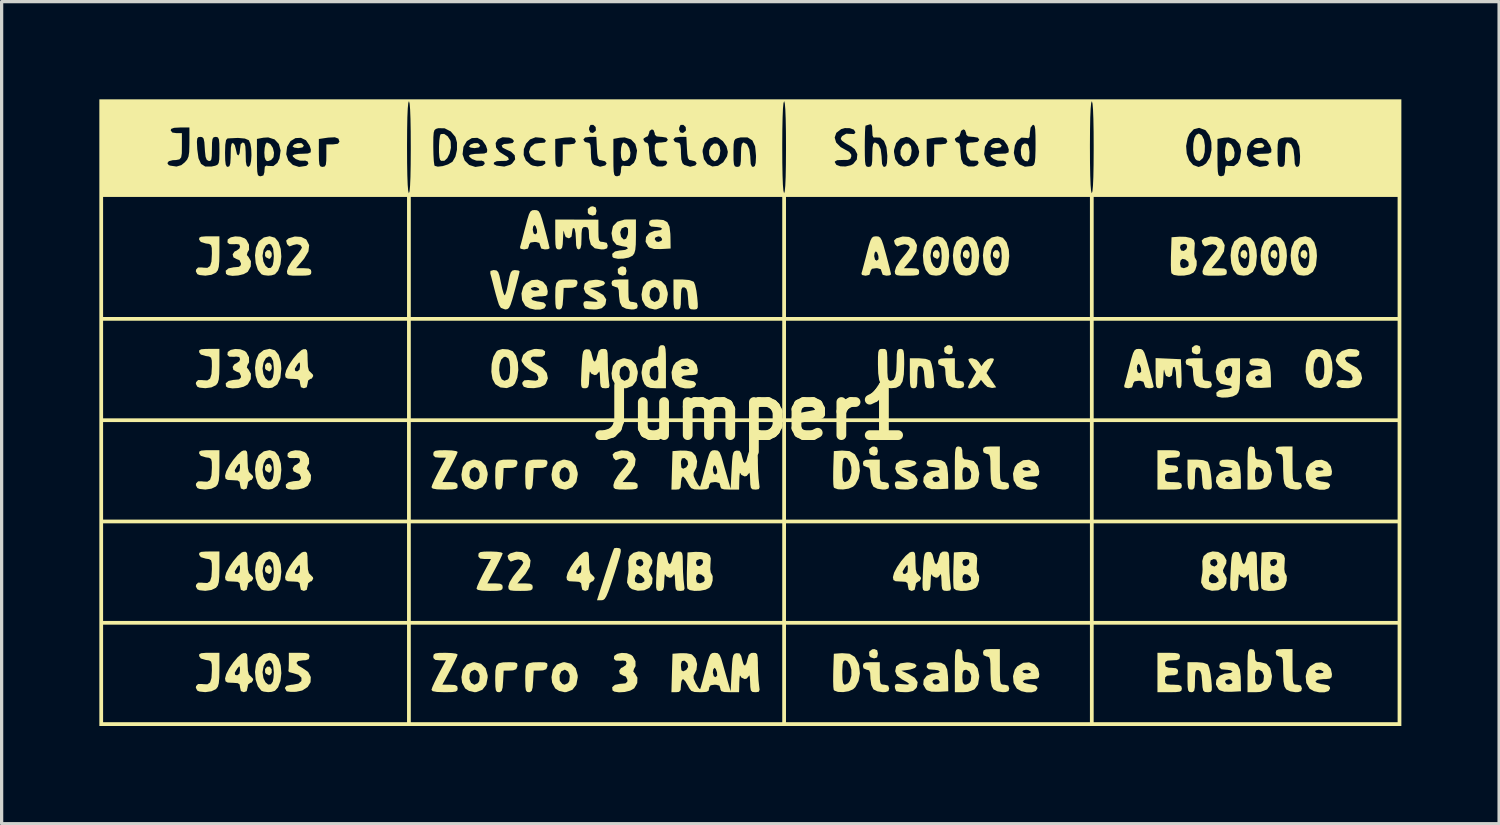
<source format=kicad_pcb>
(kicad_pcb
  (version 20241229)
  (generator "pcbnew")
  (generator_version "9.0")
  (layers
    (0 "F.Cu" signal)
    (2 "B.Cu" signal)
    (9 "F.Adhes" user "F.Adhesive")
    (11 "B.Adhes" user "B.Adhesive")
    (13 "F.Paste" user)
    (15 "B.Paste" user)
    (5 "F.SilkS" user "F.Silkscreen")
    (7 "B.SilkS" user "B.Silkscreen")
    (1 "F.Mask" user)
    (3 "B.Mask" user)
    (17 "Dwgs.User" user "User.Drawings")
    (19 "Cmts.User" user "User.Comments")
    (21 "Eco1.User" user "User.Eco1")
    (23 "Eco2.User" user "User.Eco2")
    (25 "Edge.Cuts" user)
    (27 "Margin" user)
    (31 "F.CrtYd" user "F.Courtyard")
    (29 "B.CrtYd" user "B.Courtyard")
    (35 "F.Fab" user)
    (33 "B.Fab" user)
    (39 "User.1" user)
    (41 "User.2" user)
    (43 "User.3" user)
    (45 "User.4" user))
  (footprint "Jumper1"
    (layer "F.Cu")
    (at 19.986 9.619)
    (property "Reference" "Jumper1" (at 0 0 0) (layer "F.SilkS") (effects (font (size 1.524 1.524) (thickness 0.3))))
    (attr board_only exclude_from_pos_files exclude_from_bom)
    (fp_poly (pts (xy -4.747 -6.3) (xy -4.723 -6.192) (xy -4.75 -6.079) (xy -4.84 -6.048) (xy -4.95 -6.084) (xy -4.989 -6.131) (xy -4.991 -6.256) (xy -4.9 -6.327) (xy -4.835 -6.336)) (stroke (width 0) (type solid)) (fill yes) (layer "F.SilkS"))
    (fp_poly (pts (xy -3.825 -4.457) (xy -3.801 -4.349) (xy -3.828 -4.236) (xy -3.918 -4.205) (xy -4.029 -4.241) (xy -4.067 -4.288) (xy -4.07 -4.413) (xy -3.979 -4.484) (xy -3.913 -4.493)) (stroke (width 0) (type solid)) (fill yes) (layer "F.SilkS"))
    (fp_poly (pts (xy 3.893 1.072) (xy 3.917 1.181) (xy 3.89 1.293) (xy 3.8 1.325) (xy 3.689 1.288) (xy 3.65 1.241) (xy 3.648 1.117) (xy 3.739 1.045) (xy 3.805 1.037)) (stroke (width 0) (type solid)) (fill yes) (layer "F.SilkS"))
    (fp_poly (pts (xy 3.893 7.293) (xy 3.917 7.401) (xy 3.89 7.514) (xy 3.8 7.545) (xy 3.689 7.509) (xy 3.65 7.461) (xy 3.648 7.337) (xy 3.739 7.265) (xy 3.805 7.257)) (stroke (width 0) (type solid)) (fill yes) (layer "F.SilkS"))
    (fp_poly (pts (xy 6.197 -2.038) (xy 6.22 -1.929) (xy 6.194 -1.817) (xy 6.103 -1.785) (xy 5.993 -1.822) (xy 5.954 -1.869) (xy 5.952 -1.994) (xy 6.043 -2.065) (xy 6.109 -2.073)) (stroke (width 0) (type solid)) (fill yes) (layer "F.SilkS"))
    (fp_poly (pts (xy 13.8 -2.038) (xy 13.823 -1.929) (xy 13.796 -1.817) (xy 13.706 -1.785) (xy 13.596 -1.822) (xy 13.557 -1.869) (xy 13.555 -1.994) (xy 13.646 -2.065) (xy 13.711 -2.073)) (stroke (width 0) (type solid)) (fill yes) (layer "F.SilkS"))
    (fp_poly (pts (xy -14.75 -4.985) (xy -14.75 -4.985) (xy -14.695 -4.904) (xy -14.695 -4.801) (xy -14.745 -4.73) (xy -14.775 -4.723) (xy -14.87 -4.77) (xy -14.898 -4.813) (xy -14.898 -4.918) (xy -14.837 -4.989)) (stroke (width 0) (type solid)) (fill yes) (layer "F.SilkS"))
    (fp_poly (pts (xy -14.75 -1.53) (xy -14.75 -1.529) (xy -14.695 -1.448) (xy -14.695 -1.345) (xy -14.745 -1.274) (xy -14.775 -1.267) (xy -14.87 -1.314) (xy -14.898 -1.357) (xy -14.898 -1.462) (xy -14.837 -1.533)) (stroke (width 0) (type solid)) (fill yes) (layer "F.SilkS"))
    (fp_poly (pts (xy -14.75 1.581) (xy -14.75 1.581) (xy -14.695 1.662) (xy -14.695 1.765) (xy -14.745 1.836) (xy -14.775 1.843) (xy -14.87 1.796) (xy -14.898 1.753) (xy -14.898 1.648) (xy -14.837 1.577)) (stroke (width 0) (type solid)) (fill yes) (layer "F.SilkS"))
    (fp_poly (pts (xy -14.75 4.691) (xy -14.75 4.691) (xy -14.695 4.772) (xy -14.695 4.875) (xy -14.745 4.946) (xy -14.775 4.953) (xy -14.87 4.907) (xy -14.898 4.863) (xy -14.898 4.758) (xy -14.837 4.687)) (stroke (width 0) (type solid)) (fill yes) (layer "F.SilkS"))
    (fp_poly (pts (xy -14.75 7.801) (xy -14.75 7.801) (xy -14.695 7.882) (xy -14.695 7.986) (xy -14.745 8.056) (xy -14.775 8.063) (xy -14.87 8.017) (xy -14.898 7.973) (xy -14.898 7.868) (xy -14.837 7.798)) (stroke (width 0) (type solid)) (fill yes) (layer "F.SilkS"))
    (fp_poly (pts (xy -13.766 -8.265) (xy -13.707 -8.197) (xy -13.75 -8.143) (xy -13.881 -8.121) (xy -14.002 -8.137) (xy -14.054 -8.174) (xy -14.054 -8.175) (xy -14.005 -8.234) (xy -13.899 -8.274) (xy -13.792 -8.276)) (stroke (width 0) (type solid)) (fill yes) (layer "F.SilkS"))
    (fp_poly (pts (xy -8.352 -8.265) (xy -8.293 -8.197) (xy -8.336 -8.143) (xy -8.467 -8.121) (xy -8.588 -8.137) (xy -8.639 -8.174) (xy -8.639 -8.175) (xy -8.591 -8.234) (xy -8.485 -8.274) (xy -8.378 -8.276)) (stroke (width 0) (type solid)) (fill yes) (layer "F.SilkS"))
    (fp_poly (pts (xy 5.754 -4.985) (xy 5.755 -4.985) (xy 5.81 -4.904) (xy 5.81 -4.801) (xy 5.76 -4.73) (xy 5.729 -4.723) (xy 5.634 -4.77) (xy 5.606 -4.813) (xy 5.607 -4.918) (xy 5.668 -4.989)) (stroke (width 0) (type solid)) (fill yes) (layer "F.SilkS"))
    (fp_poly (pts (xy 6.676 -4.985) (xy 6.676 -4.985) (xy 6.731 -4.904) (xy 6.731 -4.801) (xy 6.681 -4.73) (xy 6.651 -4.723) (xy 6.555 -4.77) (xy 6.528 -4.813) (xy 6.528 -4.918) (xy 6.589 -4.989)) (stroke (width 0) (type solid)) (fill yes) (layer "F.SilkS"))
    (fp_poly (pts (xy 7.597 -4.985) (xy 7.598 -4.985) (xy 7.653 -4.904) (xy 7.653 -4.801) (xy 7.603 -4.73) (xy 7.572 -4.723) (xy 7.477 -4.77) (xy 7.449 -4.813) (xy 7.45 -4.918) (xy 7.511 -4.989)) (stroke (width 0) (type solid)) (fill yes) (layer "F.SilkS"))
    (fp_poly (pts (xy 7.66 -8.265) (xy 7.719 -8.197) (xy 7.676 -8.143) (xy 7.545 -8.121) (xy 7.424 -8.137) (xy 7.372 -8.174) (xy 7.372 -8.175) (xy 7.42 -8.234) (xy 7.527 -8.274) (xy 7.634 -8.276)) (stroke (width 0) (type solid)) (fill yes) (layer "F.SilkS"))
    (fp_poly (pts (xy 15.2 -4.985) (xy 15.2 -4.985) (xy 15.255 -4.904) (xy 15.255 -4.801) (xy 15.206 -4.73) (xy 15.175 -4.723) (xy 15.08 -4.77) (xy 15.052 -4.813) (xy 15.052 -4.918) (xy 15.113 -4.989)) (stroke (width 0) (type solid)) (fill yes) (layer "F.SilkS"))
    (fp_poly (pts (xy 15.723 -8.265) (xy 15.782 -8.197) (xy 15.739 -8.143) (xy 15.609 -8.121) (xy 15.487 -8.137) (xy 15.436 -8.174) (xy 15.436 -8.175) (xy 15.484 -8.234) (xy 15.59 -8.274) (xy 15.698 -8.276)) (stroke (width 0) (type solid)) (fill yes) (layer "F.SilkS"))
    (fp_poly (pts (xy 16.122 -4.985) (xy 16.122 -4.985) (xy 16.177 -4.904) (xy 16.177 -4.801) (xy 16.127 -4.73) (xy 16.096 -4.723) (xy 16.001 -4.77) (xy 15.974 -4.813) (xy 15.974 -4.918) (xy 16.035 -4.989)) (stroke (width 0) (type solid)) (fill yes) (layer "F.SilkS"))
    (fp_poly (pts (xy 17.043 -4.985) (xy 17.044 -4.985) (xy 17.099 -4.904) (xy 17.098 -4.801) (xy 17.049 -4.73) (xy 17.018 -4.723) (xy 16.923 -4.77) (xy 16.895 -4.813) (xy 16.895 -4.918) (xy 16.956 -4.989)) (stroke (width 0) (type solid)) (fill yes) (layer "F.SilkS"))
    (fp_poly (pts (xy -1.015 -8.26) (xy -0.944 -8.181) (xy -0.922 -8.045) (xy -0.943 -7.895) (xy -1.001 -7.772) (xy -1.089 -7.718) (xy -1.094 -7.718) (xy -1.16 -7.753) (xy -1.198 -7.787) (xy -1.264 -7.911) (xy -1.265 -8.054) (xy -1.214 -8.182) (xy -1.122 -8.26)) (stroke (width 0) (type solid)) (fill yes) (layer "F.SilkS"))
    (fp_poly (pts (xy 4.86 -8.26) (xy 4.93 -8.181) (xy 4.952 -8.045) (xy 4.932 -7.895) (xy 4.874 -7.772) (xy 4.786 -7.718) (xy 4.78 -7.718) (xy 4.715 -7.753) (xy 4.677 -7.787) (xy 4.61 -7.911) (xy 4.61 -8.054) (xy 4.661 -8.182) (xy 4.753 -8.26)) (stroke (width 0) (type solid)) (fill yes) (layer "F.SilkS"))
    (fp_poly (pts (xy -14.735 -8.246) (xy -14.659 -8.128) (xy -14.624 -7.981) (xy -14.639 -7.844) (xy -14.713 -7.756) (xy -14.721 -7.753) (xy -14.811 -7.722) (xy -14.855 -7.733) (xy -14.879 -7.756) (xy -14.911 -7.842) (xy -14.921 -7.982) (xy -14.91 -8.132) (xy -14.882 -8.25) (xy -14.843 -8.294)) (stroke (width 0) (type solid)) (fill yes) (layer "F.SilkS"))
    (fp_poly (pts (xy -3.791 -8.246) (xy -3.715 -8.128) (xy -3.68 -7.981) (xy -3.695 -7.844) (xy -3.77 -7.756) (xy -3.777 -7.753) (xy -3.868 -7.722) (xy -3.912 -7.733) (xy -3.936 -7.756) (xy -3.968 -7.842) (xy -3.977 -7.982) (xy -3.967 -8.132) (xy -3.938 -8.25) (xy -3.899 -8.294)) (stroke (width 0) (type solid)) (fill yes) (layer "F.SilkS"))
    (fp_poly (pts (xy 8.51 -8.247) (xy 8.549 -8.172) (xy 8.569 -8.014) (xy 8.571 -7.991) (xy 8.563 -7.804) (xy 8.514 -7.715) (xy 8.429 -7.729) (xy 8.355 -7.801) (xy 8.312 -7.913) (xy 8.304 -8.069) (xy 8.304 -8.074) (xy 8.335 -8.211) (xy 8.404 -8.262) (xy 8.438 -8.265)) (stroke (width 0) (type solid)) (fill yes) (layer "F.SilkS"))
    (fp_poly (pts (xy 14.755 -8.246) (xy 14.831 -8.128) (xy 14.866 -7.981) (xy 14.851 -7.844) (xy 14.776 -7.756) (xy 14.769 -7.753) (xy 14.678 -7.722) (xy 14.634 -7.733) (xy 14.61 -7.756) (xy 14.578 -7.842) (xy 14.569 -7.982) (xy 14.58 -8.132) (xy 14.608 -8.25) (xy 14.647 -8.294)) (stroke (width 0) (type solid)) (fill yes) (layer "F.SilkS"))
    (fp_poly (pts (xy -9.292 -8.485) (xy -9.213 -8.362) (xy -9.2 -8.316) (xy -9.193 -8.132) (xy -9.232 -7.957) (xy -9.303 -7.816) (xy -9.393 -7.733) (xy -9.488 -7.731) (xy -9.523 -7.756) (xy -9.547 -7.836) (xy -9.559 -7.989) (xy -9.559 -8.176) (xy -9.549 -8.358) (xy -9.529 -8.497) (xy -9.505 -8.552) (xy -9.401 -8.558)) (stroke (width 0) (type solid)) (fill yes) (layer "F.SilkS"))
    (fp_poly (pts (xy 13.852 -8.52) (xy 13.864 -8.508) (xy 13.927 -8.382) (xy 13.955 -8.196) (xy 13.948 -7.999) (xy 13.905 -7.842) (xy 13.883 -7.807) (xy 13.791 -7.727) (xy 13.707 -7.747) (xy 13.662 -7.787) (xy 13.613 -7.897) (xy 13.593 -8.072) (xy 13.599 -8.266) (xy 13.631 -8.434) (xy 13.682 -8.527) (xy 13.768 -8.569)) (stroke (width 0) (type solid)) (fill yes) (layer "F.SilkS"))
    (fp_poly (pts (xy -4.043 4.157) (xy -4 4.17) (xy -3.978 4.204) (xy -3.98 4.275) (xy -4.008 4.4) (xy -4.066 4.597) (xy -4.156 4.882) (xy -4.184 4.968) (xy -4.286 5.279) (xy -4.362 5.497) (xy -4.422 5.637) (xy -4.472 5.717) (xy -4.522 5.752) (xy -4.574 5.76) (xy -4.709 5.76) (xy -4.458 4.974) (xy -4.367 4.692) (xy -4.287 4.451) (xy -4.225 4.271) (xy -4.188 4.174) (xy -4.182 4.163) (xy -4.112 4.15)) (stroke (width 0) (type solid)) (fill yes) (layer "F.SilkS"))
    (fp_poly (pts (xy -7.234 1.446) (xy -7.162 1.473) (xy -7.149 1.537) (xy -7.152 1.567) (xy -7.189 1.655) (xy -7.285 1.692) (xy -7.372 1.696) (xy -7.574 1.699) (xy -7.591 2.03) (xy -7.606 2.22) (xy -7.634 2.32) (xy -7.683 2.358) (xy -7.721 2.361) (xy -7.779 2.35) (xy -7.812 2.301) (xy -7.828 2.19) (xy -7.833 1.993) (xy -7.833 1.936) (xy -7.828 1.697) (xy -7.799 1.55) (xy -7.727 1.474) (xy -7.591 1.444) (xy -7.392 1.44)) (stroke (width 0) (type solid)) (fill yes) (layer "F.SilkS"))
    (fp_poly (pts (xy -7.234 7.666) (xy -7.162 7.694) (xy -7.149 7.757) (xy -7.152 7.787) (xy -7.189 7.876) (xy -7.285 7.912) (xy -7.372 7.917) (xy -7.574 7.92) (xy -7.591 8.251) (xy -7.606 8.44) (xy -7.634 8.54) (xy -7.683 8.578) (xy -7.721 8.582) (xy -7.779 8.571) (xy -7.812 8.522) (xy -7.828 8.41) (xy -7.833 8.213) (xy -7.833 8.156) (xy -7.828 7.917) (xy -7.799 7.771) (xy -7.727 7.694) (xy -7.591 7.665) (xy -7.392 7.66)) (stroke (width 0) (type solid)) (fill yes) (layer "F.SilkS"))
    (fp_poly (pts (xy -6.312 1.446) (xy -6.24 1.473) (xy -6.227 1.537) (xy -6.231 1.567) (xy -6.267 1.655) (xy -6.364 1.692) (xy -6.451 1.696) (xy -6.652 1.699) (xy -6.67 2.03) (xy -6.685 2.22) (xy -6.712 2.32) (xy -6.762 2.358) (xy -6.799 2.361) (xy -6.857 2.35) (xy -6.891 2.301) (xy -6.907 2.19) (xy -6.911 1.993) (xy -6.912 1.936) (xy -6.907 1.697) (xy -6.878 1.55) (xy -6.806 1.474) (xy -6.67 1.444) (xy -6.471 1.44)) (stroke (width 0) (type solid)) (fill yes) (layer "F.SilkS"))
    (fp_poly (pts (xy -6.312 7.666) (xy -6.24 7.694) (xy -6.227 7.757) (xy -6.231 7.787) (xy -6.267 7.876) (xy -6.364 7.912) (xy -6.451 7.917) (xy -6.652 7.92) (xy -6.67 8.251) (xy -6.685 8.44) (xy -6.712 8.54) (xy -6.762 8.578) (xy -6.799 8.582) (xy -6.857 8.571) (xy -6.891 8.522) (xy -6.907 8.41) (xy -6.911 8.213) (xy -6.912 8.156) (xy -6.907 7.917) (xy -6.878 7.771) (xy -6.806 7.694) (xy -6.67 7.665) (xy -6.471 7.66)) (stroke (width 0) (type solid)) (fill yes) (layer "F.SilkS"))
    (fp_poly (pts (xy -5.391 -4.084) (xy -5.319 -4.056) (xy -5.306 -3.992) (xy -5.309 -3.962) (xy -5.346 -3.874) (xy -5.442 -3.838) (xy -5.529 -3.833) (xy -5.731 -3.83) (xy -5.748 -3.499) (xy -5.763 -3.31) (xy -5.791 -3.209) (xy -5.84 -3.171) (xy -5.878 -3.168) (xy -5.936 -3.179) (xy -5.969 -3.228) (xy -5.985 -3.339) (xy -5.99 -3.536) (xy -5.99 -3.594) (xy -5.985 -3.833) (xy -5.956 -3.979) (xy -5.884 -4.056) (xy -5.748 -4.085) (xy -5.549 -4.089)) (stroke (width 0) (type solid)) (fill yes) (layer "F.SilkS"))
    (fp_poly (pts (xy -3.744 -3.744) (xy -3.741 -3.552) (xy -3.724 -3.449) (xy -3.683 -3.407) (xy -3.605 -3.398) (xy -3.6 -3.398) (xy -3.487 -3.371) (xy -3.456 -3.283) (xy -3.479 -3.203) (xy -3.569 -3.171) (xy -3.653 -3.168) (xy -3.816 -3.193) (xy -3.938 -3.255) (xy -3.941 -3.258) (xy -4.005 -3.387) (xy -4.032 -3.587) (xy -4.032 -3.604) (xy -4.04 -3.764) (xy -4.072 -3.839) (xy -4.142 -3.859) (xy -4.147 -3.859) (xy -4.243 -3.9) (xy -4.262 -3.974) (xy -4.245 -4.046) (xy -4.175 -4.08) (xy -4.022 -4.089) (xy -4.003 -4.089) (xy -3.744 -4.089)) (stroke (width 0) (type solid)) (fill yes) (layer "F.SilkS"))
    (fp_poly (pts (xy 3.974 1.785) (xy 3.977 1.977) (xy 3.994 2.08) (xy 4.035 2.123) (xy 4.113 2.131) (xy 4.118 2.131) (xy 4.231 2.158) (xy 4.262 2.246) (xy 4.239 2.326) (xy 4.149 2.358) (xy 4.065 2.361) (xy 3.902 2.336) (xy 3.78 2.274) (xy 3.777 2.271) (xy 3.713 2.142) (xy 3.686 1.942) (xy 3.686 1.925) (xy 3.678 1.765) (xy 3.646 1.69) (xy 3.576 1.67) (xy 3.571 1.67) (xy 3.475 1.63) (xy 3.456 1.555) (xy 3.473 1.483) (xy 3.543 1.449) (xy 3.696 1.44) (xy 3.715 1.44) (xy 3.974 1.44)) (stroke (width 0) (type solid)) (fill yes) (layer "F.SilkS"))
    (fp_poly (pts (xy 3.974 8.006) (xy 3.977 8.197) (xy 3.994 8.301) (xy 4.035 8.343) (xy 4.113 8.351) (xy 4.118 8.351) (xy 4.231 8.378) (xy 4.262 8.467) (xy 4.239 8.547) (xy 4.149 8.578) (xy 4.065 8.582) (xy 3.902 8.556) (xy 3.78 8.495) (xy 3.777 8.491) (xy 3.713 8.363) (xy 3.686 8.163) (xy 3.686 8.146) (xy 3.678 7.985) (xy 3.646 7.91) (xy 3.576 7.891) (xy 3.571 7.891) (xy 3.475 7.85) (xy 3.456 7.776) (xy 3.473 7.704) (xy 3.543 7.669) (xy 3.696 7.66) (xy 3.715 7.66) (xy 3.974 7.66)) (stroke (width 0) (type solid)) (fill yes) (layer "F.SilkS"))
    (fp_poly (pts (xy 6.278 -1.325) (xy 6.281 -1.133) (xy 6.298 -1.03) (xy 6.339 -0.987) (xy 6.417 -0.979) (xy 6.422 -0.979) (xy 6.535 -0.952) (xy 6.566 -0.864) (xy 6.543 -0.784) (xy 6.453 -0.752) (xy 6.369 -0.749) (xy 6.206 -0.774) (xy 6.084 -0.836) (xy 6.081 -0.839) (xy 6.016 -0.968) (xy 5.99 -1.168) (xy 5.99 -1.185) (xy 5.982 -1.345) (xy 5.95 -1.42) (xy 5.88 -1.44) (xy 5.875 -1.44) (xy 5.779 -1.481) (xy 5.76 -1.555) (xy 5.777 -1.627) (xy 5.847 -1.661) (xy 6 -1.67) (xy 6.019 -1.67) (xy 6.278 -1.67)) (stroke (width 0) (type solid)) (fill yes) (layer "F.SilkS"))
    (fp_poly (pts (xy 13.881 -1.325) (xy 13.884 -1.133) (xy 13.9 -1.03) (xy 13.942 -0.987) (xy 14.02 -0.979) (xy 14.025 -0.979) (xy 14.138 -0.952) (xy 14.169 -0.864) (xy 14.146 -0.784) (xy 14.056 -0.752) (xy 13.971 -0.749) (xy 13.809 -0.774) (xy 13.687 -0.836) (xy 13.683 -0.839) (xy 13.619 -0.968) (xy 13.593 -1.168) (xy 13.593 -1.185) (xy 13.585 -1.345) (xy 13.553 -1.42) (xy 13.483 -1.44) (xy 13.478 -1.44) (xy 13.381 -1.481) (xy 13.362 -1.555) (xy 13.379 -1.627) (xy 13.45 -1.661) (xy 13.603 -1.67) (xy 13.622 -1.67) (xy 13.881 -1.67)) (stroke (width 0) (type solid)) (fill yes) (layer "F.SilkS"))
    (fp_poly (pts (xy -16.3 -4.905) (xy -16.304 -4.647) (xy -16.319 -4.478) (xy -16.35 -4.372) (xy -16.402 -4.303) (xy -16.405 -4.3) (xy -16.544 -4.233) (xy -16.732 -4.206) (xy -16.91 -4.225) (xy -16.978 -4.253) (xy -17.024 -4.339) (xy -17.016 -4.394) (xy -16.955 -4.458) (xy -16.828 -4.457) (xy -16.807 -4.453) (xy -16.671 -4.446) (xy -16.587 -4.503) (xy -16.544 -4.64) (xy -16.531 -4.875) (xy -16.531 -4.878) (xy -16.534 -5.053) (xy -16.556 -5.143) (xy -16.617 -5.181) (xy -16.717 -5.194) (xy -16.871 -5.24) (xy -16.923 -5.313) (xy -16.918 -5.371) (xy -16.859 -5.402) (xy -16.72 -5.413) (xy -16.621 -5.414) (xy -16.3 -5.414)) (stroke (width 0) (type solid)) (fill yes) (layer "F.SilkS"))
    (fp_poly (pts (xy -16.3 -1.449) (xy -16.304 -1.191) (xy -16.319 -1.022) (xy -16.35 -0.916) (xy -16.402 -0.847) (xy -16.405 -0.844) (xy -16.544 -0.777) (xy -16.732 -0.751) (xy -16.91 -0.769) (xy -16.978 -0.797) (xy -17.024 -0.883) (xy -17.016 -0.938) (xy -16.955 -1.002) (xy -16.828 -1.001) (xy -16.807 -0.997) (xy -16.671 -0.99) (xy -16.587 -1.047) (xy -16.544 -1.185) (xy -16.531 -1.419) (xy -16.531 -1.422) (xy -16.534 -1.597) (xy -16.556 -1.687) (xy -16.617 -1.725) (xy -16.717 -1.739) (xy -16.871 -1.784) (xy -16.923 -1.857) (xy -16.918 -1.916) (xy -16.859 -1.946) (xy -16.72 -1.957) (xy -16.621 -1.958) (xy -16.3 -1.958)) (stroke (width 0) (type solid)) (fill yes) (layer "F.SilkS"))
    (fp_poly (pts (xy -16.3 1.661) (xy -16.304 1.919) (xy -16.319 2.088) (xy -16.35 2.194) (xy -16.402 2.263) (xy -16.405 2.266) (xy -16.544 2.333) (xy -16.732 2.36) (xy -16.91 2.341) (xy -16.978 2.313) (xy -17.024 2.227) (xy -17.016 2.172) (xy -16.955 2.108) (xy -16.828 2.109) (xy -16.807 2.113) (xy -16.671 2.12) (xy -16.587 2.063) (xy -16.544 1.926) (xy -16.531 1.691) (xy -16.531 1.688) (xy -16.534 1.513) (xy -16.556 1.423) (xy -16.617 1.385) (xy -16.717 1.372) (xy -16.871 1.326) (xy -16.923 1.253) (xy -16.918 1.195) (xy -16.859 1.164) (xy -16.72 1.153) (xy -16.621 1.152) (xy -16.3 1.152)) (stroke (width 0) (type solid)) (fill yes) (layer "F.SilkS"))
    (fp_poly (pts (xy -16.3 4.772) (xy -16.304 5.03) (xy -16.319 5.199) (xy -16.35 5.305) (xy -16.402 5.373) (xy -16.405 5.376) (xy -16.544 5.443) (xy -16.732 5.47) (xy -16.91 5.452) (xy -16.978 5.423) (xy -17.024 5.337) (xy -17.016 5.282) (xy -16.955 5.219) (xy -16.828 5.219) (xy -16.807 5.223) (xy -16.671 5.23) (xy -16.587 5.173) (xy -16.544 5.036) (xy -16.531 4.802) (xy -16.531 4.799) (xy -16.534 4.624) (xy -16.556 4.533) (xy -16.617 4.496) (xy -16.717 4.482) (xy -16.871 4.436) (xy -16.923 4.363) (xy -16.918 4.305) (xy -16.859 4.274) (xy -16.72 4.263) (xy -16.621 4.262) (xy -16.3 4.262)) (stroke (width 0) (type solid)) (fill yes) (layer "F.SilkS"))
    (fp_poly (pts (xy -16.3 7.882) (xy -16.304 8.14) (xy -16.319 8.309) (xy -16.35 8.415) (xy -16.402 8.483) (xy -16.405 8.487) (xy -16.544 8.553) (xy -16.732 8.58) (xy -16.91 8.562) (xy -16.978 8.533) (xy -17.024 8.447) (xy -17.016 8.393) (xy -16.955 8.329) (xy -16.828 8.33) (xy -16.807 8.334) (xy -16.671 8.34) (xy -16.587 8.283) (xy -16.544 8.146) (xy -16.531 7.912) (xy -16.531 7.909) (xy -16.534 7.734) (xy -16.556 7.643) (xy -16.617 7.606) (xy -16.717 7.592) (xy -16.871 7.547) (xy -16.923 7.473) (xy -16.918 7.415) (xy -16.859 7.385) (xy -16.72 7.373) (xy -16.621 7.372) (xy -16.3 7.372)) (stroke (width 0) (type solid)) (fill yes) (layer "F.SilkS"))
    (fp_poly (pts (xy -8.266 1.489) (xy -8.128 1.628) (xy -8.066 1.842) (xy -8.063 1.901) (xy -8.107 2.13) (xy -8.228 2.288) (xy -8.415 2.359) (xy -8.467 2.361) (xy -8.636 2.322) (xy -8.755 2.246) (xy -8.851 2.069) (xy -8.865 1.945) (xy -8.625 1.945) (xy -8.576 2.073) (xy -8.478 2.131) (xy -8.467 2.131) (xy -8.364 2.083) (xy -8.323 2.016) (xy -8.308 1.856) (xy -8.358 1.729) (xy -8.455 1.671) (xy -8.467 1.67) (xy -8.569 1.719) (xy -8.611 1.785) (xy -8.625 1.945) (xy -8.865 1.945) (xy -8.87 1.901) (xy -8.827 1.671) (xy -8.705 1.514) (xy -8.518 1.443) (xy -8.467 1.44)) (stroke (width 0) (type solid)) (fill yes) (layer "F.SilkS"))
    (fp_poly (pts (xy -8.266 7.71) (xy -8.128 7.848) (xy -8.066 8.062) (xy -8.063 8.121) (xy -8.107 8.351) (xy -8.228 8.508) (xy -8.415 8.579) (xy -8.467 8.582) (xy -8.636 8.543) (xy -8.755 8.467) (xy -8.851 8.289) (xy -8.865 8.166) (xy -8.625 8.166) (xy -8.576 8.293) (xy -8.478 8.351) (xy -8.467 8.351) (xy -8.364 8.303) (xy -8.323 8.236) (xy -8.308 8.077) (xy -8.358 7.949) (xy -8.455 7.891) (xy -8.467 7.891) (xy -8.569 7.939) (xy -8.611 8.006) (xy -8.625 8.166) (xy -8.865 8.166) (xy -8.87 8.121) (xy -8.827 7.891) (xy -8.705 7.734) (xy -8.518 7.663) (xy -8.467 7.66)) (stroke (width 0) (type solid)) (fill yes) (layer "F.SilkS"))
    (fp_poly (pts (xy -5.501 1.489) (xy -5.363 1.628) (xy -5.301 1.842) (xy -5.299 1.901) (xy -5.342 2.13) (xy -5.463 2.288) (xy -5.651 2.359) (xy -5.702 2.361) (xy -5.871 2.322) (xy -5.99 2.246) (xy -6.086 2.069) (xy -6.105 1.901) (xy -6.094 1.842) (xy -5.858 1.842) (xy -5.851 2) (xy -5.846 2.016) (xy -5.771 2.109) (xy -5.702 2.131) (xy -5.599 2.083) (xy -5.558 2.016) (xy -5.543 1.856) (xy -5.593 1.729) (xy -5.691 1.671) (xy -5.702 1.67) (xy -5.804 1.719) (xy -5.858 1.842) (xy -6.094 1.842) (xy -6.062 1.671) (xy -5.941 1.514) (xy -5.753 1.443) (xy -5.702 1.44)) (stroke (width 0) (type solid)) (fill yes) (layer "F.SilkS"))
    (fp_poly (pts (xy -5.501 7.71) (xy -5.363 7.848) (xy -5.301 8.062) (xy -5.299 8.121) (xy -5.342 8.351) (xy -5.463 8.508) (xy -5.651 8.579) (xy -5.702 8.582) (xy -5.871 8.543) (xy -5.99 8.467) (xy -6.086 8.289) (xy -6.105 8.121) (xy -6.094 8.062) (xy -5.858 8.062) (xy -5.851 8.221) (xy -5.846 8.236) (xy -5.771 8.33) (xy -5.702 8.351) (xy -5.599 8.303) (xy -5.558 8.236) (xy -5.543 8.077) (xy -5.593 7.949) (xy -5.691 7.891) (xy -5.702 7.891) (xy -5.804 7.94) (xy -5.858 8.062) (xy -6.094 8.062) (xy -6.062 7.891) (xy -5.941 7.734) (xy -5.753 7.663) (xy -5.702 7.66)) (stroke (width 0) (type solid)) (fill yes) (layer "F.SilkS"))
    (fp_poly (pts (xy -3.658 -1.621) (xy -3.52 -1.482) (xy -3.458 -1.268) (xy -3.456 -1.21) (xy -3.499 -0.98) (xy -3.62 -0.823) (xy -3.808 -0.751) (xy -3.859 -0.749) (xy -4.028 -0.788) (xy -4.147 -0.864) (xy -4.243 -1.042) (xy -4.257 -1.165) (xy -4.018 -1.165) (xy -3.968 -1.038) (xy -3.87 -0.98) (xy -3.859 -0.979) (xy -3.756 -1.027) (xy -3.715 -1.094) (xy -3.7 -1.254) (xy -3.75 -1.382) (xy -3.848 -1.439) (xy -3.859 -1.44) (xy -3.962 -1.392) (xy -4.003 -1.325) (xy -4.018 -1.165) (xy -4.257 -1.165) (xy -4.262 -1.21) (xy -4.219 -1.439) (xy -4.098 -1.597) (xy -3.91 -1.668) (xy -3.859 -1.67)) (stroke (width 0) (type solid)) (fill yes) (layer "F.SilkS"))
    (fp_poly (pts (xy -2.736 -4.04) (xy -2.599 -3.901) (xy -2.537 -3.687) (xy -2.534 -3.629) (xy -2.577 -3.399) (xy -2.699 -3.242) (xy -2.886 -3.171) (xy -2.937 -3.168) (xy -3.107 -3.207) (xy -3.225 -3.283) (xy -3.322 -3.461) (xy -3.336 -3.584) (xy -3.096 -3.584) (xy -3.047 -3.457) (xy -2.949 -3.399) (xy -2.937 -3.398) (xy -2.835 -3.446) (xy -2.793 -3.513) (xy -2.779 -3.673) (xy -2.828 -3.801) (xy -2.926 -3.858) (xy -2.937 -3.859) (xy -3.04 -3.811) (xy -3.081 -3.744) (xy -3.096 -3.584) (xy -3.336 -3.584) (xy -3.341 -3.629) (xy -3.297 -3.858) (xy -3.176 -4.016) (xy -2.989 -4.087) (xy -2.937 -4.089)) (stroke (width 0) (type solid)) (fill yes) (layer "F.SilkS"))
    (fp_poly (pts (xy 7.456 -1.665) (xy 7.478 -1.632) (xy 7.443 -1.547) (xy 7.368 -1.417) (xy 7.249 -1.215) (xy 7.398 -0.996) (xy 7.548 -0.778) (xy 7.421 -0.758) (xy 7.278 -0.791) (xy 7.187 -0.873) (xy 7.08 -1.008) (xy 6.989 -0.878) (xy 6.902 -0.8) (xy 6.795 -0.751) (xy 6.708 -0.745) (xy 6.681 -0.781) (xy 6.707 -0.846) (xy 6.774 -0.972) (xy 6.807 -1.031) (xy 6.932 -1.249) (xy 6.807 -1.425) (xy 6.713 -1.567) (xy 6.691 -1.64) (xy 6.743 -1.667) (xy 6.811 -1.67) (xy 6.941 -1.625) (xy 7.017 -1.549) (xy 7.093 -1.427) (xy 7.179 -1.549) (xy 7.285 -1.642) (xy 7.376 -1.67)) (stroke (width 0) (type solid)) (fill yes) (layer "F.SilkS"))
    (fp_poly (pts (xy 7.66 1.584) (xy 7.661 1.837) (xy 7.668 1.997) (xy 7.686 2.085) (xy 7.722 2.122) (xy 7.78 2.131) (xy 7.804 2.131) (xy 7.917 2.158) (xy 7.948 2.246) (xy 7.925 2.326) (xy 7.836 2.358) (xy 7.751 2.361) (xy 7.588 2.336) (xy 7.466 2.274) (xy 7.463 2.271) (xy 7.412 2.183) (xy 7.383 2.029) (xy 7.373 1.788) (xy 7.372 1.724) (xy 7.37 1.495) (xy 7.359 1.359) (xy 7.333 1.291) (xy 7.286 1.269) (xy 7.257 1.267) (xy 7.161 1.226) (xy 7.142 1.152) (xy 7.159 1.08) (xy 7.229 1.046) (xy 7.383 1.037) (xy 7.401 1.037) (xy 7.66 1.037)) (stroke (width 0) (type solid)) (fill yes) (layer "F.SilkS"))
    (fp_poly (pts (xy 7.66 7.804) (xy 7.661 8.058) (xy 7.668 8.218) (xy 7.686 8.305) (xy 7.722 8.343) (xy 7.78 8.351) (xy 7.804 8.351) (xy 7.917 8.378) (xy 7.948 8.467) (xy 7.925 8.547) (xy 7.836 8.578) (xy 7.751 8.582) (xy 7.588 8.556) (xy 7.466 8.495) (xy 7.463 8.491) (xy 7.412 8.403) (xy 7.383 8.25) (xy 7.373 8.008) (xy 7.372 7.944) (xy 7.37 7.716) (xy 7.359 7.579) (xy 7.333 7.512) (xy 7.286 7.489) (xy 7.257 7.488) (xy 7.161 7.447) (xy 7.142 7.372) (xy 7.159 7.3) (xy 7.229 7.266) (xy 7.383 7.257) (xy 7.401 7.257) (xy 7.66 7.257)) (stroke (width 0) (type solid)) (fill yes) (layer "F.SilkS"))
    (fp_poly (pts (xy 16.645 1.584) (xy 16.646 1.837) (xy 16.653 1.997) (xy 16.671 2.085) (xy 16.707 2.122) (xy 16.765 2.131) (xy 16.789 2.131) (xy 16.902 2.158) (xy 16.933 2.246) (xy 16.91 2.326) (xy 16.821 2.358) (xy 16.736 2.361) (xy 16.573 2.336) (xy 16.451 2.274) (xy 16.448 2.271) (xy 16.397 2.183) (xy 16.368 2.029) (xy 16.358 1.788) (xy 16.357 1.724) (xy 16.355 1.495) (xy 16.344 1.359) (xy 16.318 1.291) (xy 16.271 1.269) (xy 16.242 1.267) (xy 16.146 1.226) (xy 16.127 1.152) (xy 16.144 1.08) (xy 16.214 1.046) (xy 16.368 1.037) (xy 16.386 1.037) (xy 16.645 1.037)) (stroke (width 0) (type solid)) (fill yes) (layer "F.SilkS"))
    (fp_poly (pts (xy 16.645 7.804) (xy 16.646 8.058) (xy 16.653 8.218) (xy 16.671 8.305) (xy 16.707 8.343) (xy 16.765 8.351) (xy 16.789 8.351) (xy 16.902 8.378) (xy 16.933 8.467) (xy 16.91 8.547) (xy 16.821 8.578) (xy 16.736 8.582) (xy 16.573 8.556) (xy 16.451 8.495) (xy 16.448 8.491) (xy 16.397 8.403) (xy 16.368 8.25) (xy 16.358 8.008) (xy 16.357 7.944) (xy 16.355 7.716) (xy 16.344 7.579) (xy 16.318 7.512) (xy 16.271 7.489) (xy 16.242 7.488) (xy 16.146 7.447) (xy 16.127 7.372) (xy 16.144 7.3) (xy 16.214 7.266) (xy 16.368 7.257) (xy 16.386 7.257) (xy 16.645 7.257)) (stroke (width 0) (type solid)) (fill yes) (layer "F.SilkS"))
    (fp_poly (pts (xy -4.677 -4.078) (xy -4.515 -4.042) (xy -4.458 -3.98) (xy -4.504 -3.914) (xy -4.652 -3.863) (xy -4.694 -3.857) (xy -4.924 -3.825) (xy -4.713 -3.732) (xy -4.513 -3.611) (xy -4.424 -3.475) (xy -4.448 -3.328) (xy -4.47 -3.292) (xy -4.566 -3.205) (xy -4.718 -3.17) (xy -4.803 -3.168) (xy -4.964 -3.176) (xy -5.071 -3.197) (xy -5.088 -3.206) (xy -5.121 -3.291) (xy -5.126 -3.345) (xy -5.108 -3.406) (xy -5.035 -3.426) (xy -4.881 -3.414) (xy -4.729 -3.402) (xy -4.684 -3.421) (xy -4.745 -3.475) (xy -4.906 -3.562) (xy -5.059 -3.675) (xy -5.115 -3.812) (xy -5.086 -3.961) (xy -4.962 -4.053) (xy -4.751 -4.082)) (stroke (width 0) (type solid)) (fill yes) (layer "F.SilkS"))
    (fp_poly (pts (xy 4.884 1.451) (xy 5.046 1.488) (xy 5.103 1.549) (xy 5.057 1.615) (xy 4.909 1.666) (xy 4.867 1.673) (xy 4.637 1.704) (xy 4.848 1.797) (xy 5.048 1.919) (xy 5.137 2.054) (xy 5.113 2.201) (xy 5.091 2.237) (xy 4.995 2.324) (xy 4.843 2.359) (xy 4.758 2.361) (xy 4.597 2.353) (xy 4.49 2.332) (xy 4.473 2.323) (xy 4.44 2.238) (xy 4.435 2.185) (xy 4.453 2.123) (xy 4.525 2.103) (xy 4.68 2.116) (xy 4.832 2.127) (xy 4.877 2.108) (xy 4.816 2.054) (xy 4.655 1.968) (xy 4.502 1.854) (xy 4.446 1.717) (xy 4.475 1.568) (xy 4.599 1.476) (xy 4.81 1.447)) (stroke (width 0) (type solid)) (fill yes) (layer "F.SilkS"))
    (fp_poly (pts (xy 4.884 7.671) (xy 5.046 7.708) (xy 5.103 7.769) (xy 5.057 7.835) (xy 4.909 7.886) (xy 4.867 7.893) (xy 4.637 7.924) (xy 4.848 8.018) (xy 5.048 8.139) (xy 5.137 8.275) (xy 5.113 8.422) (xy 5.091 8.458) (xy 4.995 8.544) (xy 4.843 8.579) (xy 4.758 8.582) (xy 4.597 8.574) (xy 4.49 8.553) (xy 4.473 8.543) (xy 4.44 8.458) (xy 4.435 8.405) (xy 4.453 8.344) (xy 4.525 8.323) (xy 4.68 8.336) (xy 4.832 8.348) (xy 4.877 8.328) (xy 4.816 8.275) (xy 4.655 8.188) (xy 4.502 8.074) (xy 4.446 7.938) (xy 4.475 7.788) (xy 4.599 7.697) (xy 4.81 7.668)) (stroke (width 0) (type solid)) (fill yes) (layer "F.SilkS"))
    (fp_poly (pts (xy -9.169 1.159) (xy -9.034 1.179) (xy -8.985 1.205) (xy -9.011 1.277) (xy -9.08 1.423) (xy -9.178 1.616) (xy -9.22 1.695) (xy -9.456 2.131) (xy -9.22 2.131) (xy -9.068 2.14) (xy -8.999 2.178) (xy -8.985 2.246) (xy -8.996 2.307) (xy -9.045 2.341) (xy -9.157 2.357) (xy -9.356 2.361) (xy -9.388 2.361) (xy -9.621 2.354) (xy -9.752 2.33) (xy -9.79 2.289) (xy -9.764 2.208) (xy -9.695 2.054) (xy -9.597 1.858) (xy -9.567 1.8) (xy -9.345 1.382) (xy -9.539 1.382) (xy -9.675 1.368) (xy -9.729 1.314) (xy -9.734 1.267) (xy -9.722 1.205) (xy -9.67 1.17) (xy -9.552 1.155) (xy -9.359 1.152)) (stroke (width 0) (type solid)) (fill yes) (layer "F.SilkS"))
    (fp_poly (pts (xy -9.169 7.38) (xy -9.034 7.399) (xy -8.985 7.426) (xy -9.011 7.497) (xy -9.08 7.643) (xy -9.178 7.836) (xy -9.22 7.915) (xy -9.456 8.351) (xy -9.22 8.351) (xy -9.068 8.361) (xy -8.999 8.398) (xy -8.985 8.467) (xy -8.996 8.527) (xy -9.045 8.562) (xy -9.157 8.578) (xy -9.356 8.582) (xy -9.388 8.582) (xy -9.621 8.574) (xy -9.752 8.55) (xy -9.79 8.51) (xy -9.764 8.428) (xy -9.695 8.275) (xy -9.597 8.078) (xy -9.567 8.02) (xy -9.345 7.603) (xy -9.539 7.603) (xy -9.675 7.589) (xy -9.729 7.535) (xy -9.734 7.488) (xy -9.722 7.425) (xy -9.67 7.39) (xy -9.552 7.375) (xy -9.359 7.372)) (stroke (width 0) (type solid)) (fill yes) (layer "F.SilkS"))
    (fp_poly (pts (xy -7.786 4.27) (xy -7.652 4.289) (xy -7.603 4.315) (xy -7.629 4.387) (xy -7.697 4.533) (xy -7.796 4.726) (xy -7.838 4.805) (xy -8.073 5.241) (xy -7.838 5.241) (xy -7.685 5.25) (xy -7.617 5.288) (xy -7.603 5.356) (xy -7.614 5.417) (xy -7.663 5.452) (xy -7.775 5.468) (xy -7.974 5.472) (xy -8.006 5.472) (xy -8.239 5.464) (xy -8.369 5.44) (xy -8.408 5.4) (xy -8.381 5.318) (xy -8.313 5.164) (xy -8.215 4.968) (xy -8.184 4.91) (xy -7.963 4.493) (xy -8.157 4.493) (xy -8.293 4.479) (xy -8.346 4.425) (xy -8.351 4.377) (xy -8.34 4.315) (xy -8.288 4.28) (xy -8.17 4.265) (xy -7.977 4.262)) (stroke (width 0) (type solid)) (fill yes) (layer "F.SilkS"))
    (fp_poly (pts (xy -1.881 -4.072) (xy -1.752 -4.026) (xy -1.733 -4.01) (xy -1.694 -3.913) (xy -1.657 -3.741) (xy -1.632 -3.549) (xy -1.614 -3.346) (xy -1.615 -3.232) (xy -1.643 -3.181) (xy -1.704 -3.168) (xy -1.745 -3.168) (xy -1.83 -3.176) (xy -1.877 -3.218) (xy -1.9 -3.323) (xy -1.912 -3.498) (xy -1.93 -3.696) (xy -1.964 -3.803) (xy -2.021 -3.846) (xy -2.03 -3.848) (xy -2.086 -3.844) (xy -2.117 -3.788) (xy -2.129 -3.657) (xy -2.131 -3.518) (xy -2.135 -3.323) (xy -2.153 -3.218) (xy -2.194 -3.175) (xy -2.246 -3.168) (xy -2.304 -3.177) (xy -2.338 -3.222) (xy -2.355 -3.324) (xy -2.361 -3.507) (xy -2.361 -3.629) (xy -2.361 -4.089) (xy -2.081 -4.089)) (stroke (width 0) (type solid)) (fill yes) (layer "F.SilkS"))
    (fp_poly (pts (xy 5.376 -1.653) (xy 5.505 -1.607) (xy 5.524 -1.591) (xy 5.563 -1.494) (xy 5.6 -1.322) (xy 5.626 -1.13) (xy 5.643 -0.927) (xy 5.642 -0.813) (xy 5.614 -0.762) (xy 5.553 -0.749) (xy 5.512 -0.749) (xy 5.427 -0.757) (xy 5.38 -0.799) (xy 5.357 -0.904) (xy 5.345 -1.079) (xy 5.327 -1.277) (xy 5.293 -1.384) (xy 5.236 -1.427) (xy 5.227 -1.429) (xy 5.171 -1.425) (xy 5.14 -1.369) (xy 5.128 -1.238) (xy 5.126 -1.099) (xy 5.122 -0.904) (xy 5.104 -0.799) (xy 5.063 -0.756) (xy 5.011 -0.749) (xy 4.953 -0.758) (xy 4.919 -0.803) (xy 4.902 -0.905) (xy 4.896 -1.088) (xy 4.896 -1.21) (xy 4.896 -1.67) (xy 5.177 -1.67)) (stroke (width 0) (type solid)) (fill yes) (layer "F.SilkS"))
    (fp_poly (pts (xy 13.9 1.457) (xy 14.029 1.503) (xy 14.048 1.52) (xy 14.087 1.616) (xy 14.125 1.788) (xy 14.15 1.98) (xy 14.167 2.183) (xy 14.166 2.297) (xy 14.139 2.348) (xy 14.078 2.361) (xy 14.036 2.361) (xy 13.951 2.353) (xy 13.904 2.311) (xy 13.881 2.206) (xy 13.869 2.031) (xy 13.851 1.834) (xy 13.818 1.726) (xy 13.76 1.683) (xy 13.751 1.681) (xy 13.695 1.685) (xy 13.664 1.741) (xy 13.652 1.872) (xy 13.65 2.012) (xy 13.646 2.206) (xy 13.628 2.312) (xy 13.588 2.355) (xy 13.535 2.361) (xy 13.478 2.352) (xy 13.443 2.308) (xy 13.426 2.205) (xy 13.42 2.022) (xy 13.42 1.901) (xy 13.42 1.44) (xy 13.701 1.44)) (stroke (width 0) (type solid)) (fill yes) (layer "F.SilkS"))
    (fp_poly (pts (xy 13.9 7.677) (xy 14.029 7.723) (xy 14.048 7.74) (xy 14.087 7.836) (xy 14.125 8.008) (xy 14.15 8.201) (xy 14.167 8.404) (xy 14.166 8.518) (xy 14.139 8.568) (xy 14.078 8.581) (xy 14.036 8.582) (xy 13.951 8.574) (xy 13.904 8.531) (xy 13.881 8.427) (xy 13.869 8.251) (xy 13.851 8.054) (xy 13.818 7.947) (xy 13.76 7.904) (xy 13.751 7.901) (xy 13.695 7.906) (xy 13.664 7.961) (xy 13.652 8.092) (xy 13.65 8.232) (xy 13.646 8.426) (xy 13.628 8.532) (xy 13.588 8.575) (xy 13.535 8.582) (xy 13.478 8.572) (xy 13.443 8.528) (xy 13.426 8.426) (xy 13.42 8.243) (xy 13.42 8.121) (xy 13.42 7.66) (xy 13.701 7.66)) (stroke (width 0) (type solid)) (fill yes) (layer "F.SilkS"))
    (fp_poly (pts (xy -7.436 -1.942) (xy -7.294 -1.885) (xy -7.194 -1.749) (xy -7.137 -1.544) (xy -7.124 -1.309) (xy -7.154 -1.08) (xy -7.226 -0.897) (xy -7.294 -0.822) (xy -7.475 -0.754) (xy -7.673 -0.775) (xy -7.831 -0.875) (xy -7.916 -1.035) (xy -7.952 -1.253) (xy -7.949 -1.311) (xy -7.711 -1.311) (xy -7.689 -1.146) (xy -7.633 -1.024) (xy -7.549 -0.979) (xy -7.442 -1.022) (xy -7.407 -1.07) (xy -7.379 -1.215) (xy -7.375 -1.401) (xy -7.394 -1.573) (xy -7.425 -1.664) (xy -7.514 -1.716) (xy -7.566 -1.71) (xy -7.651 -1.628) (xy -7.699 -1.483) (xy -7.711 -1.311) (xy -7.949 -1.311) (xy -7.942 -1.491) (xy -7.89 -1.711) (xy -7.797 -1.875) (xy -7.752 -1.914) (xy -7.612 -1.954)) (stroke (width 0) (type solid)) (fill yes) (layer "F.SilkS"))
    (fp_poly (pts (xy 17.561 -1.942) (xy 17.703 -1.885) (xy 17.803 -1.749) (xy 17.859 -1.544) (xy 17.873 -1.309) (xy 17.843 -1.08) (xy 17.771 -0.897) (xy 17.703 -0.822) (xy 17.522 -0.754) (xy 17.324 -0.775) (xy 17.166 -0.875) (xy 17.081 -1.035) (xy 17.045 -1.253) (xy 17.047 -1.311) (xy 17.286 -1.311) (xy 17.308 -1.146) (xy 17.364 -1.024) (xy 17.448 -0.979) (xy 17.555 -1.022) (xy 17.59 -1.07) (xy 17.618 -1.215) (xy 17.621 -1.401) (xy 17.603 -1.573) (xy 17.572 -1.664) (xy 17.482 -1.716) (xy 17.43 -1.71) (xy 17.346 -1.628) (xy 17.298 -1.483) (xy 17.286 -1.311) (xy 17.047 -1.311) (xy 17.055 -1.491) (xy 17.107 -1.711) (xy 17.199 -1.875) (xy 17.244 -1.914) (xy 17.385 -1.954)) (stroke (width 0) (type solid)) (fill yes) (layer "F.SilkS"))
    (fp_poly (pts (xy -14.595 -1.914) (xy -14.481 -1.775) (xy -14.414 -1.551) (xy -14.399 -1.354) (xy -14.429 -1.063) (xy -14.521 -0.868) (xy -14.676 -0.767) (xy -14.802 -0.751) (xy -14.939 -0.766) (xy -15.01 -0.793) (xy -15.12 -0.928) (xy -15.187 -1.134) (xy -15.206 -1.354) (xy -14.975 -1.354) (xy -14.949 -1.183) (xy -14.885 -1.054) (xy -14.802 -0.984) (xy -14.72 -0.991) (xy -14.664 -1.07) (xy -14.64 -1.19) (xy -14.629 -1.352) (xy -14.629 -1.354) (xy -14.651 -1.582) (xy -14.714 -1.705) (xy -14.778 -1.728) (xy -14.872 -1.676) (xy -14.944 -1.545) (xy -14.975 -1.369) (xy -14.975 -1.354) (xy -15.206 -1.354) (xy -15.208 -1.371) (xy -15.179 -1.603) (xy -15.098 -1.791) (xy -15.086 -1.807) (xy -14.937 -1.922) (xy -14.758 -1.961)) (stroke (width 0) (type solid)) (fill yes) (layer "F.SilkS"))
    (fp_poly (pts (xy -14.595 1.196) (xy -14.481 1.336) (xy -14.414 1.559) (xy -14.399 1.757) (xy -14.429 2.047) (xy -14.521 2.242) (xy -14.676 2.343) (xy -14.802 2.36) (xy -14.939 2.344) (xy -15.01 2.317) (xy -15.12 2.182) (xy -15.187 1.977) (xy -15.206 1.757) (xy -14.975 1.757) (xy -14.949 1.928) (xy -14.885 2.057) (xy -14.802 2.126) (xy -14.72 2.119) (xy -14.664 2.04) (xy -14.64 1.92) (xy -14.629 1.758) (xy -14.629 1.757) (xy -14.651 1.529) (xy -14.714 1.405) (xy -14.778 1.382) (xy -14.872 1.434) (xy -14.944 1.566) (xy -14.975 1.742) (xy -14.975 1.757) (xy -15.206 1.757) (xy -15.208 1.739) (xy -15.179 1.507) (xy -15.098 1.319) (xy -15.086 1.304) (xy -14.937 1.188) (xy -14.758 1.149)) (stroke (width 0) (type solid)) (fill yes) (layer "F.SilkS"))
    (fp_poly (pts (xy -13.669 7.377) (xy -13.573 7.399) (xy -13.539 7.447) (xy -13.535 7.488) (xy -13.558 7.567) (xy -13.646 7.599) (xy -13.737 7.603) (xy -13.888 7.626) (xy -13.935 7.685) (xy -13.877 7.766) (xy -13.752 7.837) (xy -13.576 7.96) (xy -13.495 8.115) (xy -13.502 8.277) (xy -13.592 8.423) (xy -13.757 8.529) (xy -13.946 8.57) (xy -14.11 8.572) (xy -14.222 8.557) (xy -14.243 8.546) (xy -14.292 8.451) (xy -14.238 8.383) (xy -14.089 8.352) (xy -14.052 8.351) (xy -13.874 8.318) (xy -13.783 8.238) (xy -13.781 8.138) (xy -13.868 8.048) (xy -14.043 7.995) (xy -14.151 7.968) (xy -14.183 7.934) (xy -14.174 7.854) (xy -14.169 7.704) (xy -14.169 7.632) (xy -14.169 7.372) (xy -13.852 7.372)) (stroke (width 0) (type solid)) (fill yes) (layer "F.SilkS"))
    (fp_poly (pts (xy 5.909 -5.37) (xy 6.023 -5.23) (xy 6.09 -5.007) (xy 6.105 -4.809) (xy 6.075 -4.519) (xy 5.983 -4.324) (xy 5.829 -4.223) (xy 5.702 -4.206) (xy 5.566 -4.222) (xy 5.495 -4.249) (xy 5.384 -4.384) (xy 5.317 -4.589) (xy 5.298 -4.809) (xy 5.529 -4.809) (xy 5.555 -4.638) (xy 5.619 -4.509) (xy 5.702 -4.44) (xy 5.785 -4.447) (xy 5.84 -4.526) (xy 5.864 -4.646) (xy 5.875 -4.808) (xy 5.875 -4.809) (xy 5.854 -5.037) (xy 5.791 -5.161) (xy 5.727 -5.184) (xy 5.633 -5.132) (xy 5.561 -5) (xy 5.529 -4.824) (xy 5.529 -4.809) (xy 5.298 -4.809) (xy 5.296 -4.827) (xy 5.325 -5.059) (xy 5.407 -5.247) (xy 5.418 -5.262) (xy 5.567 -5.378) (xy 5.747 -5.417)) (stroke (width 0) (type solid)) (fill yes) (layer "F.SilkS"))
    (fp_poly (pts (xy 6.831 -5.37) (xy 6.944 -5.23) (xy 7.012 -5.007) (xy 7.027 -4.809) (xy 6.997 -4.519) (xy 6.905 -4.324) (xy 6.75 -4.223) (xy 6.624 -4.206) (xy 6.487 -4.222) (xy 6.416 -4.249) (xy 6.305 -4.384) (xy 6.238 -4.589) (xy 6.219 -4.809) (xy 6.451 -4.809) (xy 6.476 -4.638) (xy 6.54 -4.509) (xy 6.623 -4.44) (xy 6.706 -4.447) (xy 6.761 -4.526) (xy 6.786 -4.646) (xy 6.796 -4.808) (xy 6.796 -4.809) (xy 6.775 -5.037) (xy 6.712 -5.161) (xy 6.648 -5.184) (xy 6.554 -5.132) (xy 6.482 -5) (xy 6.451 -4.824) (xy 6.451 -4.809) (xy 6.219 -4.809) (xy 6.218 -4.827) (xy 6.247 -5.059) (xy 6.328 -5.247) (xy 6.34 -5.262) (xy 6.489 -5.378) (xy 6.668 -5.417)) (stroke (width 0) (type solid)) (fill yes) (layer "F.SilkS"))
    (fp_poly (pts (xy 7.752 -5.37) (xy 7.866 -5.23) (xy 7.933 -5.007) (xy 7.948 -4.809) (xy 7.918 -4.519) (xy 7.827 -4.324) (xy 7.672 -4.223) (xy 7.545 -4.206) (xy 7.409 -4.222) (xy 7.338 -4.249) (xy 7.227 -4.384) (xy 7.16 -4.589) (xy 7.141 -4.809) (xy 7.372 -4.809) (xy 7.398 -4.638) (xy 7.462 -4.509) (xy 7.545 -4.44) (xy 7.628 -4.447) (xy 7.683 -4.526) (xy 7.708 -4.646) (xy 7.718 -4.808) (xy 7.718 -4.809) (xy 7.697 -5.037) (xy 7.634 -5.161) (xy 7.57 -5.184) (xy 7.476 -5.132) (xy 7.404 -5) (xy 7.373 -4.824) (xy 7.372 -4.809) (xy 7.141 -4.809) (xy 7.139 -4.827) (xy 7.168 -5.059) (xy 7.25 -5.247) (xy 7.261 -5.262) (xy 7.41 -5.378) (xy 7.59 -5.417)) (stroke (width 0) (type solid)) (fill yes) (layer "F.SilkS"))
    (fp_poly (pts (xy 15.355 -5.37) (xy 15.469 -5.23) (xy 15.536 -5.007) (xy 15.551 -4.809) (xy 15.521 -4.519) (xy 15.429 -4.324) (xy 15.274 -4.223) (xy 15.148 -4.206) (xy 15.012 -4.222) (xy 14.94 -4.249) (xy 14.83 -4.384) (xy 14.763 -4.589) (xy 14.744 -4.809) (xy 14.975 -4.809) (xy 15.001 -4.638) (xy 15.065 -4.509) (xy 15.148 -4.44) (xy 15.23 -4.447) (xy 15.286 -4.526) (xy 15.31 -4.646) (xy 15.321 -4.808) (xy 15.321 -4.809) (xy 15.299 -5.037) (xy 15.236 -5.161) (xy 15.173 -5.184) (xy 15.079 -5.132) (xy 15.007 -5) (xy 14.975 -4.824) (xy 14.975 -4.809) (xy 14.744 -4.809) (xy 14.742 -4.827) (xy 14.771 -5.059) (xy 14.852 -5.247) (xy 14.864 -5.262) (xy 15.013 -5.378) (xy 15.192 -5.417)) (stroke (width 0) (type solid)) (fill yes) (layer "F.SilkS"))
    (fp_poly (pts (xy 16.277 -5.37) (xy 16.39 -5.23) (xy 16.458 -5.007) (xy 16.473 -4.809) (xy 16.442 -4.519) (xy 16.351 -4.324) (xy 16.196 -4.223) (xy 16.069 -4.206) (xy 15.933 -4.222) (xy 15.862 -4.249) (xy 15.751 -4.384) (xy 15.684 -4.589) (xy 15.665 -4.809) (xy 15.897 -4.809) (xy 15.922 -4.638) (xy 15.986 -4.509) (xy 16.069 -4.44) (xy 16.152 -4.447) (xy 16.207 -4.526) (xy 16.232 -4.646) (xy 16.242 -4.808) (xy 16.242 -4.809) (xy 16.221 -5.037) (xy 16.158 -5.161) (xy 16.094 -5.184) (xy 16 -5.132) (xy 15.928 -5) (xy 15.897 -4.824) (xy 15.897 -4.809) (xy 15.665 -4.809) (xy 15.664 -4.827) (xy 15.693 -5.059) (xy 15.774 -5.247) (xy 15.786 -5.262) (xy 15.934 -5.378) (xy 16.114 -5.417)) (stroke (width 0) (type solid)) (fill yes) (layer "F.SilkS"))
    (fp_poly (pts (xy 17.198 -5.37) (xy 17.312 -5.23) (xy 17.379 -5.007) (xy 17.394 -4.809) (xy 17.364 -4.519) (xy 17.272 -4.324) (xy 17.118 -4.223) (xy 16.991 -4.206) (xy 16.855 -4.222) (xy 16.784 -4.249) (xy 16.673 -4.384) (xy 16.606 -4.589) (xy 16.587 -4.809) (xy 16.818 -4.809) (xy 16.844 -4.638) (xy 16.908 -4.509) (xy 16.991 -4.44) (xy 17.074 -4.447) (xy 17.129 -4.526) (xy 17.153 -4.646) (xy 17.164 -4.808) (xy 17.164 -4.809) (xy 17.143 -5.037) (xy 17.079 -5.161) (xy 17.016 -5.184) (xy 16.922 -5.132) (xy 16.85 -5) (xy 16.818 -4.824) (xy 16.818 -4.809) (xy 16.587 -4.809) (xy 16.585 -4.827) (xy 16.614 -5.059) (xy 16.696 -5.247) (xy 16.707 -5.262) (xy 16.856 -5.378) (xy 17.036 -5.417)) (stroke (width 0) (type solid)) (fill yes) (layer "F.SilkS"))
    (fp_poly (pts (xy -14.595 -5.37) (xy -14.483 -5.233) (xy -14.418 -5.027) (xy -14.399 -4.788) (xy -14.426 -4.552) (xy -14.499 -4.356) (xy -14.595 -4.249) (xy -14.699 -4.216) (xy -14.802 -4.206) (xy -14.939 -4.222) (xy -15.01 -4.249) (xy -15.12 -4.384) (xy -15.187 -4.589) (xy -15.206 -4.809) (xy -14.975 -4.809) (xy -14.949 -4.638) (xy -14.885 -4.509) (xy -14.802 -4.44) (xy -14.72 -4.447) (xy -14.664 -4.526) (xy -14.64 -4.646) (xy -14.629 -4.808) (xy -14.629 -4.809) (xy -14.651 -5.037) (xy -14.714 -5.161) (xy -14.778 -5.184) (xy -14.872 -5.132) (xy -14.944 -5) (xy -14.975 -4.824) (xy -14.975 -4.809) (xy -15.206 -4.809) (xy -15.208 -4.827) (xy -15.179 -5.059) (xy -15.098 -5.247) (xy -15.086 -5.262) (xy -14.937 -5.378) (xy -14.758 -5.417)) (stroke (width 0) (type solid)) (fill yes) (layer "F.SilkS"))
    (fp_poly (pts (xy -14.595 4.306) (xy -14.483 4.443) (xy -14.418 4.649) (xy -14.399 4.888) (xy -14.426 5.124) (xy -14.499 5.321) (xy -14.595 5.428) (xy -14.699 5.461) (xy -14.802 5.47) (xy -14.939 5.454) (xy -15.01 5.428) (xy -15.12 5.292) (xy -15.187 5.087) (xy -15.206 4.867) (xy -14.975 4.867) (xy -14.949 5.038) (xy -14.885 5.167) (xy -14.802 5.236) (xy -14.72 5.229) (xy -14.664 5.15) (xy -14.64 5.03) (xy -14.629 4.868) (xy -14.629 4.867) (xy -14.651 4.639) (xy -14.714 4.516) (xy -14.778 4.493) (xy -14.872 4.544) (xy -14.944 4.676) (xy -14.975 4.852) (xy -14.975 4.867) (xy -15.206 4.867) (xy -15.208 4.849) (xy -15.179 4.618) (xy -15.098 4.429) (xy -15.086 4.414) (xy -14.937 4.299) (xy -14.758 4.259)) (stroke (width 0) (type solid)) (fill yes) (layer "F.SilkS"))
    (fp_poly (pts (xy -14.595 7.416) (xy -14.483 7.553) (xy -14.418 7.759) (xy -14.399 7.998) (xy -14.426 8.234) (xy -14.499 8.431) (xy -14.595 8.538) (xy -14.699 8.571) (xy -14.802 8.58) (xy -14.939 8.564) (xy -15.01 8.538) (xy -15.12 8.402) (xy -15.187 8.197) (xy -15.206 7.977) (xy -14.975 7.977) (xy -14.949 8.148) (xy -14.885 8.277) (xy -14.802 8.347) (xy -14.72 8.339) (xy -14.664 8.26) (xy -14.64 8.14) (xy -14.629 7.978) (xy -14.629 7.977) (xy -14.651 7.749) (xy -14.714 7.626) (xy -14.778 7.603) (xy -14.872 7.654) (xy -14.944 7.786) (xy -14.975 7.962) (xy -14.975 7.977) (xy -15.206 7.977) (xy -15.208 7.959) (xy -15.179 7.728) (xy -15.098 7.54) (xy -15.086 7.524) (xy -14.937 7.409) (xy -14.758 7.37)) (stroke (width 0) (type solid)) (fill yes) (layer "F.SilkS"))
    (fp_poly (pts (xy 3.047 1.18) (xy 3.209 1.281) (xy 3.317 1.476) (xy 3.339 1.548) (xy 3.364 1.784) (xy 3.322 2.018) (xy 3.223 2.206) (xy 3.153 2.273) (xy 3.017 2.332) (xy 2.848 2.358) (xy 2.688 2.352) (xy 2.579 2.312) (xy 2.559 2.285) (xy 2.547 2.196) (xy 2.542 2.022) (xy 2.544 1.796) (xy 2.545 1.757) (xy 2.822 1.757) (xy 2.828 1.968) (xy 2.849 2.085) (xy 2.891 2.129) (xy 2.907 2.131) (xy 2.999 2.085) (xy 3.051 2.02) (xy 3.102 1.852) (xy 3.101 1.67) (xy 3.056 1.509) (xy 2.975 1.404) (xy 2.907 1.382) (xy 2.859 1.409) (xy 2.833 1.503) (xy 2.823 1.686) (xy 2.822 1.757) (xy 2.545 1.757) (xy 2.546 1.695) (xy 2.563 1.181) (xy 2.814 1.163)) (stroke (width 0) (type solid)) (fill yes) (layer "F.SilkS"))
    (fp_poly (pts (xy 3.047 7.401) (xy 3.209 7.501) (xy 3.317 7.696) (xy 3.339 7.768) (xy 3.364 8.005) (xy 3.322 8.238) (xy 3.223 8.427) (xy 3.153 8.493) (xy 3.017 8.552) (xy 2.848 8.579) (xy 2.688 8.572) (xy 2.579 8.532) (xy 2.559 8.505) (xy 2.547 8.416) (xy 2.542 8.243) (xy 2.544 8.017) (xy 2.545 7.977) (xy 2.822 7.977) (xy 2.828 8.188) (xy 2.849 8.306) (xy 2.891 8.349) (xy 2.907 8.351) (xy 2.999 8.306) (xy 3.051 8.24) (xy 3.102 8.072) (xy 3.101 7.89) (xy 3.056 7.73) (xy 2.975 7.625) (xy 2.907 7.603) (xy 2.859 7.63) (xy 2.833 7.724) (xy 2.823 7.906) (xy 2.822 7.977) (xy 2.545 7.977) (xy 2.546 7.915) (xy 2.563 7.401) (xy 2.814 7.383)) (stroke (width 0) (type solid)) (fill yes) (layer "F.SilkS"))
    (fp_poly (pts (xy 6.473 1.059) (xy 6.505 1.147) (xy 6.508 1.238) (xy 6.518 1.374) (xy 6.567 1.43) (xy 6.672 1.44) (xy 6.858 1.488) (xy 6.977 1.627) (xy 7.026 1.851) (xy 7.027 1.891) (xy 6.99 2.126) (xy 6.877 2.277) (xy 6.68 2.351) (xy 6.537 2.361) (xy 6.278 2.361) (xy 6.278 1.901) (xy 6.508 1.901) (xy 6.518 2.052) (xy 6.558 2.119) (xy 6.62 2.131) (xy 6.725 2.083) (xy 6.768 2.016) (xy 6.782 1.855) (xy 6.731 1.728) (xy 6.63 1.671) (xy 6.62 1.67) (xy 6.547 1.691) (xy 6.514 1.773) (xy 6.508 1.901) (xy 6.278 1.901) (xy 6.278 1.699) (xy 6.279 1.415) (xy 6.285 1.226) (xy 6.299 1.113) (xy 6.325 1.057) (xy 6.365 1.038) (xy 6.393 1.037)) (stroke (width 0) (type solid)) (fill yes) (layer "F.SilkS"))
    (fp_poly (pts (xy 6.473 7.28) (xy 6.505 7.368) (xy 6.508 7.459) (xy 6.518 7.594) (xy 6.567 7.65) (xy 6.672 7.66) (xy 6.858 7.708) (xy 6.977 7.847) (xy 7.026 8.071) (xy 7.027 8.111) (xy 6.99 8.346) (xy 6.877 8.498) (xy 6.68 8.572) (xy 6.537 8.582) (xy 6.278 8.582) (xy 6.278 8.121) (xy 6.508 8.121) (xy 6.518 8.272) (xy 6.558 8.339) (xy 6.62 8.351) (xy 6.725 8.303) (xy 6.768 8.236) (xy 6.782 8.075) (xy 6.731 7.948) (xy 6.63 7.891) (xy 6.62 7.891) (xy 6.547 7.911) (xy 6.514 7.993) (xy 6.508 8.121) (xy 6.278 8.121) (xy 6.278 7.92) (xy 6.279 7.635) (xy 6.285 7.446) (xy 6.299 7.333) (xy 6.325 7.277) (xy 6.365 7.259) (xy 6.393 7.257)) (stroke (width 0) (type solid)) (fill yes) (layer "F.SilkS"))
    (fp_poly (pts (xy 12.83 -1.659) (xy 13.218 -1.641) (xy 13.235 -1.195) (xy 13.24 -0.966) (xy 13.232 -0.829) (xy 13.206 -0.764) (xy 13.163 -0.749) (xy 13.11 -0.775) (xy 13.082 -0.87) (xy 13.074 -1.056) (xy 13.074 -1.062) (xy 13.065 -1.243) (xy 13.039 -1.372) (xy 13.017 -1.411) (xy 12.976 -1.389) (xy 12.959 -1.277) (xy 12.959 -1.271) (xy 12.941 -1.142) (xy 12.876 -1.096) (xy 12.848 -1.094) (xy 12.761 -1.129) (xy 12.718 -1.248) (xy 12.713 -1.282) (xy 12.7 -1.327) (xy 12.689 -1.27) (xy 12.681 -1.122) (xy 12.68 -1.109) (xy 12.671 -0.911) (xy 12.651 -0.802) (xy 12.609 -0.756) (xy 12.556 -0.749) (xy 12.499 -0.758) (xy 12.464 -0.802) (xy 12.447 -0.904) (xy 12.441 -1.087) (xy 12.441 -1.212) (xy 12.441 -1.676)) (stroke (width 0) (type solid)) (fill yes) (layer "F.SilkS"))
    (fp_poly (pts (xy 13.037 1.156) (xy 13.141 1.175) (xy 13.183 1.216) (xy 13.19 1.267) (xy 13.17 1.342) (xy 13.092 1.376) (xy 12.959 1.382) (xy 12.808 1.392) (xy 12.742 1.431) (xy 12.729 1.498) (xy 12.751 1.577) (xy 12.839 1.609) (xy 12.93 1.613) (xy 13.069 1.626) (xy 13.125 1.676) (xy 13.132 1.728) (xy 13.109 1.807) (xy 13.021 1.839) (xy 12.93 1.843) (xy 12.794 1.854) (xy 12.738 1.902) (xy 12.729 1.987) (xy 12.74 2.076) (xy 12.792 2.118) (xy 12.918 2.131) (xy 12.988 2.131) (xy 13.15 2.139) (xy 13.227 2.17) (xy 13.247 2.238) (xy 13.247 2.246) (xy 13.235 2.309) (xy 13.184 2.343) (xy 13.066 2.358) (xy 12.873 2.361) (xy 12.498 2.361) (xy 12.498 1.152) (xy 12.844 1.152)) (stroke (width 0) (type solid)) (fill yes) (layer "F.SilkS"))
    (fp_poly (pts (xy 13.037 7.377) (xy 13.141 7.395) (xy 13.183 7.437) (xy 13.19 7.488) (xy 13.17 7.563) (xy 13.092 7.596) (xy 12.959 7.603) (xy 12.808 7.612) (xy 12.742 7.651) (xy 12.729 7.718) (xy 12.751 7.797) (xy 12.839 7.829) (xy 12.93 7.833) (xy 13.069 7.846) (xy 13.125 7.896) (xy 13.132 7.948) (xy 13.109 8.028) (xy 13.021 8.06) (xy 12.93 8.063) (xy 12.794 8.074) (xy 12.738 8.123) (xy 12.729 8.207) (xy 12.74 8.296) (xy 12.792 8.338) (xy 12.918 8.351) (xy 12.988 8.351) (xy 13.15 8.359) (xy 13.227 8.39) (xy 13.247 8.458) (xy 13.247 8.467) (xy 13.235 8.529) (xy 13.184 8.564) (xy 13.066 8.579) (xy 12.873 8.582) (xy 12.498 8.582) (xy 12.498 7.372) (xy 12.844 7.372)) (stroke (width 0) (type solid)) (fill yes) (layer "F.SilkS"))
    (fp_poly (pts (xy 15.458 1.059) (xy 15.49 1.147) (xy 15.493 1.238) (xy 15.503 1.374) (xy 15.552 1.43) (xy 15.657 1.44) (xy 15.843 1.488) (xy 15.962 1.627) (xy 16.011 1.851) (xy 16.012 1.891) (xy 15.975 2.126) (xy 15.862 2.277) (xy 15.665 2.351) (xy 15.522 2.361) (xy 15.263 2.361) (xy 15.263 1.901) (xy 15.493 1.901) (xy 15.503 2.052) (xy 15.543 2.119) (xy 15.605 2.131) (xy 15.711 2.083) (xy 15.753 2.016) (xy 15.767 1.855) (xy 15.716 1.728) (xy 15.615 1.671) (xy 15.605 1.67) (xy 15.532 1.691) (xy 15.499 1.773) (xy 15.493 1.901) (xy 15.263 1.901) (xy 15.263 1.699) (xy 15.264 1.415) (xy 15.27 1.226) (xy 15.284 1.113) (xy 15.31 1.057) (xy 15.35 1.038) (xy 15.378 1.037)) (stroke (width 0) (type solid)) (fill yes) (layer "F.SilkS"))
    (fp_poly (pts (xy 15.458 7.28) (xy 15.49 7.368) (xy 15.493 7.459) (xy 15.503 7.594) (xy 15.552 7.65) (xy 15.657 7.66) (xy 15.843 7.708) (xy 15.962 7.847) (xy 16.011 8.071) (xy 16.012 8.111) (xy 15.975 8.346) (xy 15.862 8.498) (xy 15.665 8.572) (xy 15.522 8.582) (xy 15.263 8.582) (xy 15.263 8.121) (xy 15.493 8.121) (xy 15.503 8.272) (xy 15.543 8.339) (xy 15.605 8.351) (xy 15.711 8.303) (xy 15.753 8.236) (xy 15.767 8.075) (xy 15.716 7.948) (xy 15.615 7.891) (xy 15.605 7.891) (xy 15.532 7.911) (xy 15.499 7.993) (xy 15.493 8.121) (xy 15.263 8.121) (xy 15.263 7.92) (xy 15.264 7.635) (xy 15.27 7.446) (xy 15.284 7.333) (xy 15.31 7.277) (xy 15.35 7.259) (xy 15.378 7.257)) (stroke (width 0) (type solid)) (fill yes) (layer "F.SilkS"))
    (fp_poly (pts (xy -13.791 -5.396) (xy -13.641 -5.32) (xy -13.63 -5.309) (xy -13.544 -5.142) (xy -13.567 -4.949) (xy -13.699 -4.727) (xy -13.741 -4.676) (xy -13.947 -4.435) (xy -13.712 -4.435) (xy -13.56 -4.426) (xy -13.492 -4.388) (xy -13.478 -4.32) (xy -13.489 -4.257) (xy -13.541 -4.223) (xy -13.659 -4.208) (xy -13.852 -4.205) (xy -14.053 -4.207) (xy -14.165 -4.222) (xy -14.214 -4.257) (xy -14.226 -4.325) (xy -14.226 -4.345) (xy -14.188 -4.471) (xy -14.085 -4.639) (xy -13.996 -4.752) (xy -13.874 -4.901) (xy -13.79 -5.02) (xy -13.766 -5.074) (xy -13.813 -5.145) (xy -13.921 -5.172) (xy -14.043 -5.145) (xy -14.059 -5.136) (xy -14.152 -5.103) (xy -14.217 -5.168) (xy -14.225 -5.182) (xy -14.252 -5.282) (xy -14.18 -5.351) (xy -14.173 -5.354) (xy -13.985 -5.409)) (stroke (width 0) (type solid)) (fill yes) (layer "F.SilkS"))
    (fp_poly (pts (xy -6.995 4.28) (xy -6.845 4.357) (xy -6.834 4.367) (xy -6.748 4.534) (xy -6.771 4.727) (xy -6.903 4.95) (xy -6.945 5.001) (xy -7.151 5.241) (xy -6.916 5.241) (xy -6.764 5.251) (xy -6.695 5.288) (xy -6.681 5.356) (xy -6.693 5.419) (xy -6.745 5.454) (xy -6.863 5.469) (xy -7.056 5.472) (xy -7.257 5.469) (xy -7.369 5.455) (xy -7.418 5.419) (xy -7.43 5.352) (xy -7.43 5.331) (xy -7.391 5.205) (xy -7.288 5.037) (xy -7.2 4.924) (xy -7.078 4.775) (xy -6.994 4.656) (xy -6.969 4.602) (xy -7.016 4.531) (xy -7.125 4.504) (xy -7.247 4.531) (xy -7.263 4.54) (xy -7.356 4.573) (xy -7.421 4.509) (xy -7.429 4.494) (xy -7.455 4.394) (xy -7.383 4.326) (xy -7.377 4.322) (xy -7.189 4.267)) (stroke (width 0) (type solid)) (fill yes) (layer "F.SilkS"))
    (fp_poly (pts (xy -6.369 -4.021) (xy -6.256 -3.887) (xy -6.22 -3.725) (xy -6.23 -3.631) (xy -6.278 -3.586) (xy -6.395 -3.572) (xy -6.484 -3.571) (xy -6.66 -3.552) (xy -6.728 -3.507) (xy -6.689 -3.455) (xy -6.543 -3.415) (xy -6.49 -3.409) (xy -6.343 -3.382) (xy -6.284 -3.324) (xy -6.278 -3.28) (xy -6.326 -3.203) (xy -6.448 -3.164) (xy -6.608 -3.163) (xy -6.771 -3.2) (xy -6.902 -3.274) (xy -6.912 -3.283) (xy -7.008 -3.453) (xy -7.027 -3.661) (xy -6.988 -3.801) (xy -6.739 -3.801) (xy -6.689 -3.758) (xy -6.591 -3.744) (xy -6.493 -3.762) (xy -6.48 -3.801) (xy -6.561 -3.85) (xy -6.627 -3.859) (xy -6.719 -3.834) (xy -6.739 -3.801) (xy -6.988 -3.801) (xy -6.971 -3.86) (xy -6.893 -3.964) (xy -6.717 -4.069) (xy -6.532 -4.085)) (stroke (width 0) (type solid)) (fill yes) (layer "F.SilkS"))
    (fp_poly (pts (xy -3.769 1.17) (xy -3.619 1.246) (xy -3.609 1.257) (xy -3.523 1.424) (xy -3.545 1.617) (xy -3.678 1.839) (xy -3.719 1.89) (xy -3.926 2.131) (xy -3.691 2.131) (xy -3.538 2.14) (xy -3.47 2.178) (xy -3.456 2.246) (xy -3.467 2.309) (xy -3.519 2.343) (xy -3.637 2.358) (xy -3.83 2.361) (xy -4.031 2.359) (xy -4.144 2.344) (xy -4.193 2.309) (xy -4.204 2.241) (xy -4.205 2.221) (xy -4.166 2.095) (xy -4.063 1.927) (xy -3.974 1.814) (xy -3.852 1.665) (xy -3.769 1.546) (xy -3.744 1.492) (xy -3.791 1.421) (xy -3.9 1.394) (xy -4.022 1.421) (xy -4.038 1.43) (xy -4.131 1.463) (xy -4.196 1.398) (xy -4.204 1.384) (xy -4.23 1.284) (xy -4.158 1.215) (xy -4.151 1.212) (xy -3.963 1.157)) (stroke (width 0) (type solid)) (fill yes) (layer "F.SilkS"))
    (fp_poly (pts (xy -2.669 -5.914) (xy -2.548 -5.847) (xy -2.482 -5.711) (xy -2.456 -5.488) (xy -2.453 -5.397) (xy -2.448 -5.04) (xy -2.743 -5.023) (xy -2.96 -5.025) (xy -3.095 -5.069) (xy -3.132 -5.099) (xy -3.216 -5.246) (xy -3.209 -5.328) (xy -2.937 -5.328) (xy -2.889 -5.257) (xy -2.822 -5.241) (xy -2.728 -5.277) (xy -2.707 -5.328) (xy -2.755 -5.398) (xy -2.822 -5.414) (xy -2.916 -5.378) (xy -2.937 -5.328) (xy -3.209 -5.328) (xy -3.203 -5.394) (xy -3.108 -5.515) (xy -2.945 -5.582) (xy -2.876 -5.587) (xy -2.756 -5.604) (xy -2.707 -5.644) (xy -2.758 -5.683) (xy -2.882 -5.702) (xy -2.909 -5.702) (xy -3.048 -5.715) (xy -3.104 -5.765) (xy -3.11 -5.817) (xy -3.093 -5.89) (xy -3.021 -5.924) (xy -2.864 -5.932) (xy -2.858 -5.932)) (stroke (width 0) (type solid)) (fill yes) (layer "F.SilkS"))
    (fp_poly (pts (xy -1.761 -1.601) (xy -1.648 -1.468) (xy -1.613 -1.306) (xy -1.622 -1.212) (xy -1.67 -1.167) (xy -1.788 -1.153) (xy -1.877 -1.152) (xy -2.052 -1.133) (xy -2.12 -1.088) (xy -2.082 -1.036) (xy -1.935 -0.996) (xy -1.882 -0.99) (xy -1.736 -0.963) (xy -1.676 -0.905) (xy -1.67 -0.86) (xy -1.719 -0.784) (xy -1.841 -0.745) (xy -2.001 -0.744) (xy -2.164 -0.781) (xy -2.294 -0.855) (xy -2.304 -0.864) (xy -2.4 -1.034) (xy -2.42 -1.242) (xy -2.38 -1.382) (xy -2.131 -1.382) (xy -2.082 -1.339) (xy -1.984 -1.325) (xy -1.886 -1.343) (xy -1.872 -1.382) (xy -1.953 -1.431) (xy -2.019 -1.44) (xy -2.111 -1.415) (xy -2.131 -1.382) (xy -2.38 -1.382) (xy -2.363 -1.441) (xy -2.286 -1.545) (xy -2.109 -1.65) (xy -1.925 -1.666)) (stroke (width 0) (type solid)) (fill yes) (layer "F.SilkS"))
    (fp_poly (pts (xy 4.87 -5.396) (xy 5.02 -5.32) (xy 5.031 -5.309) (xy 5.117 -5.142) (xy 5.094 -4.949) (xy 4.962 -4.727) (xy 4.92 -4.676) (xy 4.714 -4.435) (xy 4.949 -4.435) (xy 5.101 -4.426) (xy 5.17 -4.388) (xy 5.184 -4.32) (xy 5.172 -4.257) (xy 5.12 -4.223) (xy 5.002 -4.208) (xy 4.809 -4.205) (xy 4.608 -4.207) (xy 4.496 -4.222) (xy 4.447 -4.257) (xy 4.435 -4.325) (xy 4.435 -4.345) (xy 4.474 -4.471) (xy 4.576 -4.639) (xy 4.665 -4.752) (xy 4.787 -4.901) (xy 4.871 -5.02) (xy 4.896 -5.074) (xy 4.849 -5.145) (xy 4.74 -5.172) (xy 4.618 -5.145) (xy 4.602 -5.136) (xy 4.509 -5.103) (xy 4.444 -5.168) (xy 4.436 -5.182) (xy 4.41 -5.282) (xy 4.482 -5.351) (xy 4.488 -5.354) (xy 4.676 -5.409)) (stroke (width 0) (type solid)) (fill yes) (layer "F.SilkS"))
    (fp_poly (pts (xy 5.855 1.458) (xy 5.976 1.525) (xy 6.042 1.661) (xy 6.068 1.884) (xy 6.071 1.975) (xy 6.076 2.333) (xy 5.781 2.35) (xy 5.564 2.347) (xy 5.429 2.303) (xy 5.392 2.274) (xy 5.308 2.127) (xy 5.315 2.045) (xy 5.587 2.045) (xy 5.635 2.115) (xy 5.702 2.131) (xy 5.796 2.095) (xy 5.817 2.045) (xy 5.769 1.974) (xy 5.702 1.958) (xy 5.608 1.994) (xy 5.587 2.045) (xy 5.315 2.045) (xy 5.321 1.978) (xy 5.416 1.857) (xy 5.579 1.791) (xy 5.649 1.785) (xy 5.768 1.768) (xy 5.817 1.728) (xy 5.767 1.69) (xy 5.642 1.671) (xy 5.616 1.67) (xy 5.477 1.657) (xy 5.421 1.607) (xy 5.414 1.555) (xy 5.432 1.482) (xy 5.504 1.448) (xy 5.66 1.44) (xy 5.666 1.44)) (stroke (width 0) (type solid)) (fill yes) (layer "F.SilkS"))
    (fp_poly (pts (xy 5.855 7.678) (xy 5.976 7.746) (xy 6.042 7.881) (xy 6.068 8.105) (xy 6.071 8.195) (xy 6.076 8.553) (xy 5.781 8.57) (xy 5.564 8.567) (xy 5.429 8.524) (xy 5.392 8.494) (xy 5.308 8.347) (xy 5.315 8.265) (xy 5.587 8.265) (xy 5.635 8.335) (xy 5.702 8.351) (xy 5.796 8.315) (xy 5.817 8.265) (xy 5.769 8.195) (xy 5.702 8.179) (xy 5.608 8.215) (xy 5.587 8.265) (xy 5.315 8.265) (xy 5.321 8.199) (xy 5.416 8.078) (xy 5.579 8.011) (xy 5.649 8.006) (xy 5.768 7.989) (xy 5.817 7.948) (xy 5.767 7.91) (xy 5.642 7.891) (xy 5.616 7.891) (xy 5.477 7.878) (xy 5.421 7.828) (xy 5.414 7.776) (xy 5.432 7.703) (xy 5.504 7.669) (xy 5.66 7.66) (xy 5.666 7.66)) (stroke (width 0) (type solid)) (fill yes) (layer "F.SilkS"))
    (fp_poly (pts (xy 8.721 1.509) (xy 8.834 1.642) (xy 8.87 1.804) (xy 8.861 1.899) (xy 8.813 1.944) (xy 8.695 1.957) (xy 8.606 1.958) (xy 8.431 1.978) (xy 8.362 2.023) (xy 8.401 2.074) (xy 8.548 2.114) (xy 8.601 2.12) (xy 8.747 2.147) (xy 8.806 2.205) (xy 8.812 2.25) (xy 8.764 2.326) (xy 8.642 2.365) (xy 8.482 2.366) (xy 8.319 2.329) (xy 8.188 2.255) (xy 8.179 2.246) (xy 8.082 2.076) (xy 8.063 1.869) (xy 8.103 1.728) (xy 8.351 1.728) (xy 8.401 1.771) (xy 8.499 1.785) (xy 8.597 1.767) (xy 8.611 1.728) (xy 8.529 1.68) (xy 8.463 1.67) (xy 8.372 1.695) (xy 8.351 1.728) (xy 8.103 1.728) (xy 8.119 1.669) (xy 8.197 1.565) (xy 8.374 1.46) (xy 8.558 1.445)) (stroke (width 0) (type solid)) (fill yes) (layer "F.SilkS"))
    (fp_poly (pts (xy 8.721 7.729) (xy 8.834 7.862) (xy 8.87 8.025) (xy 8.861 8.119) (xy 8.813 8.164) (xy 8.695 8.178) (xy 8.606 8.179) (xy 8.431 8.198) (xy 8.362 8.243) (xy 8.401 8.295) (xy 8.548 8.335) (xy 8.601 8.341) (xy 8.747 8.367) (xy 8.806 8.425) (xy 8.812 8.47) (xy 8.764 8.547) (xy 8.642 8.585) (xy 8.482 8.586) (xy 8.319 8.55) (xy 8.188 8.476) (xy 8.179 8.467) (xy 8.082 8.297) (xy 8.063 8.089) (xy 8.103 7.948) (xy 8.351 7.948) (xy 8.401 7.991) (xy 8.499 8.006) (xy 8.597 7.988) (xy 8.611 7.948) (xy 8.529 7.9) (xy 8.463 7.891) (xy 8.372 7.915) (xy 8.351 7.948) (xy 8.103 7.948) (xy 8.119 7.889) (xy 8.197 7.786) (xy 8.374 7.68) (xy 8.558 7.665)) (stroke (width 0) (type solid)) (fill yes) (layer "F.SilkS"))
    (fp_poly (pts (xy 14.316 -5.396) (xy 14.466 -5.32) (xy 14.477 -5.309) (xy 14.563 -5.142) (xy 14.54 -4.949) (xy 14.408 -4.727) (xy 14.366 -4.676) (xy 14.16 -4.435) (xy 14.395 -4.435) (xy 14.547 -4.426) (xy 14.615 -4.388) (xy 14.629 -4.32) (xy 14.618 -4.257) (xy 14.566 -4.223) (xy 14.448 -4.208) (xy 14.255 -4.205) (xy 14.054 -4.207) (xy 13.942 -4.222) (xy 13.893 -4.257) (xy 13.881 -4.325) (xy 13.881 -4.345) (xy 13.919 -4.471) (xy 14.022 -4.639) (xy 14.111 -4.752) (xy 14.233 -4.901) (xy 14.317 -5.02) (xy 14.341 -5.074) (xy 14.294 -5.145) (xy 14.186 -5.172) (xy 14.064 -5.145) (xy 14.048 -5.136) (xy 13.955 -5.103) (xy 13.89 -5.168) (xy 13.882 -5.182) (xy 13.855 -5.282) (xy 13.927 -5.351) (xy 13.934 -5.354) (xy 14.122 -5.409)) (stroke (width 0) (type solid)) (fill yes) (layer "F.SilkS"))
    (fp_poly (pts (xy 14.84 1.458) (xy 14.961 1.525) (xy 15.027 1.661) (xy 15.054 1.884) (xy 15.056 1.975) (xy 15.061 2.333) (xy 14.766 2.35) (xy 14.549 2.347) (xy 14.414 2.303) (xy 14.377 2.274) (xy 14.293 2.127) (xy 14.3 2.045) (xy 14.572 2.045) (xy 14.62 2.115) (xy 14.687 2.131) (xy 14.781 2.095) (xy 14.802 2.045) (xy 14.754 1.974) (xy 14.687 1.958) (xy 14.593 1.994) (xy 14.572 2.045) (xy 14.3 2.045) (xy 14.306 1.978) (xy 14.401 1.857) (xy 14.564 1.791) (xy 14.634 1.785) (xy 14.753 1.768) (xy 14.802 1.728) (xy 14.752 1.69) (xy 14.627 1.671) (xy 14.601 1.67) (xy 14.462 1.657) (xy 14.406 1.607) (xy 14.399 1.555) (xy 14.417 1.482) (xy 14.489 1.448) (xy 14.645 1.44) (xy 14.651 1.44)) (stroke (width 0) (type solid)) (fill yes) (layer "F.SilkS"))
    (fp_poly (pts (xy 14.84 7.678) (xy 14.961 7.746) (xy 15.027 7.881) (xy 15.054 8.105) (xy 15.056 8.195) (xy 15.061 8.553) (xy 14.766 8.57) (xy 14.549 8.567) (xy 14.414 8.524) (xy 14.377 8.494) (xy 14.293 8.347) (xy 14.3 8.265) (xy 14.572 8.265) (xy 14.62 8.335) (xy 14.687 8.351) (xy 14.781 8.315) (xy 14.802 8.265) (xy 14.754 8.195) (xy 14.687 8.179) (xy 14.593 8.215) (xy 14.572 8.265) (xy 14.3 8.265) (xy 14.306 8.199) (xy 14.401 8.078) (xy 14.564 8.011) (xy 14.634 8.006) (xy 14.753 7.989) (xy 14.802 7.948) (xy 14.752 7.91) (xy 14.627 7.891) (xy 14.601 7.891) (xy 14.462 7.878) (xy 14.406 7.828) (xy 14.399 7.776) (xy 14.417 7.703) (xy 14.489 7.669) (xy 14.645 7.66) (xy 14.651 7.66)) (stroke (width 0) (type solid)) (fill yes) (layer "F.SilkS"))
    (fp_poly (pts (xy 15.762 -1.652) (xy 15.882 -1.585) (xy 15.948 -1.449) (xy 15.975 -1.226) (xy 15.978 -1.135) (xy 15.983 -0.778) (xy 15.687 -0.76) (xy 15.471 -0.763) (xy 15.336 -0.807) (xy 15.299 -0.836) (xy 15.215 -0.984) (xy 15.222 -1.066) (xy 15.493 -1.066) (xy 15.541 -0.995) (xy 15.609 -0.979) (xy 15.702 -1.015) (xy 15.724 -1.066) (xy 15.676 -1.136) (xy 15.609 -1.152) (xy 15.515 -1.116) (xy 15.493 -1.066) (xy 15.222 -1.066) (xy 15.227 -1.132) (xy 15.323 -1.253) (xy 15.486 -1.319) (xy 15.555 -1.325) (xy 15.675 -1.342) (xy 15.724 -1.382) (xy 15.673 -1.42) (xy 15.549 -1.439) (xy 15.522 -1.44) (xy 15.383 -1.453) (xy 15.327 -1.503) (xy 15.321 -1.555) (xy 15.338 -1.628) (xy 15.41 -1.662) (xy 15.567 -1.67) (xy 15.573 -1.67)) (stroke (width 0) (type solid)) (fill yes) (layer "F.SilkS"))
    (fp_poly (pts (xy 17.706 1.509) (xy 17.819 1.642) (xy 17.855 1.804) (xy 17.846 1.899) (xy 17.798 1.944) (xy 17.68 1.957) (xy 17.591 1.958) (xy 17.416 1.978) (xy 17.347 2.023) (xy 17.386 2.074) (xy 17.533 2.114) (xy 17.586 2.12) (xy 17.732 2.147) (xy 17.791 2.205) (xy 17.797 2.25) (xy 17.749 2.326) (xy 17.627 2.365) (xy 17.467 2.366) (xy 17.304 2.329) (xy 17.173 2.255) (xy 17.164 2.246) (xy 17.067 2.076) (xy 17.048 1.869) (xy 17.088 1.728) (xy 17.337 1.728) (xy 17.386 1.771) (xy 17.484 1.785) (xy 17.582 1.767) (xy 17.596 1.728) (xy 17.514 1.68) (xy 17.448 1.67) (xy 17.357 1.695) (xy 17.337 1.728) (xy 17.088 1.728) (xy 17.104 1.669) (xy 17.182 1.565) (xy 17.359 1.46) (xy 17.543 1.445)) (stroke (width 0) (type solid)) (fill yes) (layer "F.SilkS"))
    (fp_poly (pts (xy 17.706 7.729) (xy 17.819 7.862) (xy 17.855 8.025) (xy 17.846 8.119) (xy 17.798 8.164) (xy 17.68 8.178) (xy 17.591 8.179) (xy 17.416 8.198) (xy 17.347 8.243) (xy 17.386 8.295) (xy 17.533 8.335) (xy 17.586 8.341) (xy 17.732 8.367) (xy 17.791 8.425) (xy 17.797 8.47) (xy 17.749 8.547) (xy 17.627 8.585) (xy 17.467 8.586) (xy 17.304 8.55) (xy 17.173 8.476) (xy 17.164 8.467) (xy 17.067 8.297) (xy 17.048 8.089) (xy 17.088 7.948) (xy 17.337 7.948) (xy 17.386 7.991) (xy 17.484 8.006) (xy 17.582 7.988) (xy 17.596 7.948) (xy 17.514 7.9) (xy 17.448 7.891) (xy 17.357 7.915) (xy 17.337 7.948) (xy 17.088 7.948) (xy 17.104 7.889) (xy 17.182 7.786) (xy 17.359 7.68) (xy 17.543 7.665)) (stroke (width 0) (type solid)) (fill yes) (layer "F.SilkS"))
    (fp_poly (pts (xy -7.117 -4.364) (xy -7.084 -4.339) (xy -7.098 -4.27) (xy -7.136 -4.116) (xy -7.192 -3.902) (xy -7.237 -3.734) (xy -7.308 -3.477) (xy -7.362 -3.312) (xy -7.41 -3.218) (xy -7.462 -3.177) (xy -7.526 -3.168) (xy -7.658 -3.216) (xy -7.717 -3.311) (xy -7.76 -3.442) (xy -7.817 -3.639) (xy -7.863 -3.815) (xy -7.915 -4.019) (xy -7.96 -4.189) (xy -7.984 -4.277) (xy -7.979 -4.353) (xy -7.887 -4.377) (xy -7.872 -4.377) (xy -7.794 -4.367) (xy -7.743 -4.318) (xy -7.703 -4.206) (xy -7.661 -4.006) (xy -7.66 -4.002) (xy -7.618 -3.808) (xy -7.577 -3.663) (xy -7.547 -3.601) (xy -7.518 -3.64) (xy -7.478 -3.766) (xy -7.438 -3.954) (xy -7.434 -3.976) (xy -7.392 -4.186) (xy -7.355 -4.307) (xy -7.307 -4.362) (xy -7.238 -4.377) (xy -7.223 -4.377)) (stroke (width 0) (type solid)) (fill yes) (layer "F.SilkS"))
    (fp_poly (pts (xy -6.384 -1.94) (xy -6.3 -1.881) (xy -6.308 -1.774) (xy -6.308 -1.774) (xy -6.388 -1.718) (xy -6.539 -1.717) (xy -6.678 -1.721) (xy -6.734 -1.682) (xy -6.739 -1.646) (xy -6.69 -1.56) (xy -6.58 -1.492) (xy -6.375 -1.374) (xy -6.25 -1.221) (xy -6.216 -1.054) (xy -6.279 -0.894) (xy -6.326 -0.844) (xy -6.458 -0.782) (xy -6.646 -0.752) (xy -6.835 -0.758) (xy -6.957 -0.797) (xy -7.003 -0.883) (xy -6.996 -0.935) (xy -6.941 -0.992) (xy -6.82 -1.003) (xy -6.735 -0.994) (xy -6.589 -0.982) (xy -6.524 -1.006) (xy -6.508 -1.078) (xy -6.508 -1.083) (xy -6.556 -1.196) (xy -6.619 -1.237) (xy -6.782 -1.318) (xy -6.925 -1.437) (xy -7.014 -1.562) (xy -7.027 -1.617) (xy -6.974 -1.775) (xy -6.835 -1.894) (xy -6.637 -1.955) (xy -6.569 -1.958)) (stroke (width 0) (type solid)) (fill yes) (layer "F.SilkS"))
    (fp_poly (pts (xy -2.658 -2.066) (xy -2.625 -2.032) (xy -2.605 -1.952) (xy -2.595 -1.805) (xy -2.592 -1.573) (xy -2.592 -1.411) (xy -2.592 -0.749) (xy -2.877 -0.749) (xy -3.066 -0.76) (xy -3.181 -0.803) (xy -3.251 -0.877) (xy -3.309 -1.018) (xy -3.333 -1.164) (xy -3.096 -1.164) (xy -3.045 -1.036) (xy -2.944 -0.98) (xy -2.934 -0.979) (xy -2.86 -1) (xy -2.828 -1.082) (xy -2.822 -1.21) (xy -2.832 -1.361) (xy -2.872 -1.428) (xy -2.934 -1.44) (xy -3.039 -1.392) (xy -3.081 -1.325) (xy -3.096 -1.164) (xy -3.333 -1.164) (xy -3.339 -1.203) (xy -3.341 -1.242) (xy -3.301 -1.469) (xy -3.186 -1.614) (xy -2.999 -1.67) (xy -2.976 -1.67) (xy -2.872 -1.684) (xy -2.83 -1.747) (xy -2.822 -1.872) (xy -2.809 -2.011) (xy -2.759 -2.067) (xy -2.707 -2.073)) (stroke (width 0) (type solid)) (fill yes) (layer "F.SilkS"))
    (fp_poly (pts (xy 18.612 -1.94) (xy 18.696 -1.881) (xy 18.689 -1.774) (xy 18.689 -1.774) (xy 18.609 -1.718) (xy 18.458 -1.717) (xy 18.319 -1.721) (xy 18.263 -1.682) (xy 18.258 -1.646) (xy 18.307 -1.56) (xy 18.416 -1.492) (xy 18.622 -1.374) (xy 18.747 -1.221) (xy 18.781 -1.054) (xy 18.718 -0.894) (xy 18.671 -0.844) (xy 18.539 -0.782) (xy 18.351 -0.752) (xy 18.162 -0.758) (xy 18.04 -0.797) (xy 17.993 -0.883) (xy 18.001 -0.935) (xy 18.056 -0.992) (xy 18.177 -1.003) (xy 18.262 -0.994) (xy 18.408 -0.982) (xy 18.473 -1.006) (xy 18.488 -1.078) (xy 18.488 -1.083) (xy 18.441 -1.196) (xy 18.378 -1.237) (xy 18.215 -1.318) (xy 18.071 -1.437) (xy 17.983 -1.562) (xy 17.97 -1.617) (xy 18.022 -1.775) (xy 18.162 -1.894) (xy 18.36 -1.955) (xy 18.427 -1.958)) (stroke (width 0) (type solid)) (fill yes) (layer "F.SilkS"))
    (fp_poly (pts (xy -15.661 -5.403) (xy -15.524 -5.351) (xy -15.474 -5.309) (xy -15.392 -5.159) (xy -15.389 -5.004) (xy -15.438 -4.916) (xy -15.458 -4.84) (xy -15.409 -4.783) (xy -15.332 -4.651) (xy -15.338 -4.487) (xy -15.426 -4.33) (xy -15.436 -4.32) (xy -15.554 -4.253) (xy -15.722 -4.212) (xy -15.898 -4.2) (xy -16.04 -4.222) (xy -16.098 -4.262) (xy -16.107 -4.358) (xy -16.022 -4.43) (xy -15.864 -4.463) (xy -15.839 -4.464) (xy -15.7 -4.477) (xy -15.644 -4.527) (xy -15.637 -4.579) (xy -15.684 -4.682) (xy -15.767 -4.713) (xy -15.87 -4.768) (xy -15.894 -4.861) (xy -15.835 -4.947) (xy -15.781 -4.97) (xy -15.688 -5.036) (xy -15.666 -5.098) (xy -15.692 -5.165) (xy -15.786 -5.177) (xy -15.844 -5.171) (xy -15.996 -5.174) (xy -16.054 -5.227) (xy -16.044 -5.32) (xy -15.953 -5.382) (xy -15.815 -5.412)) (stroke (width 0) (type solid)) (fill yes) (layer "F.SilkS"))
    (fp_poly (pts (xy -15.661 -1.947) (xy -15.524 -1.895) (xy -15.474 -1.853) (xy -15.392 -1.703) (xy -15.389 -1.548) (xy -15.438 -1.461) (xy -15.458 -1.384) (xy -15.409 -1.327) (xy -15.332 -1.196) (xy -15.338 -1.031) (xy -15.426 -0.875) (xy -15.436 -0.864) (xy -15.554 -0.797) (xy -15.722 -0.756) (xy -15.898 -0.745) (xy -16.04 -0.766) (xy -16.098 -0.806) (xy -16.107 -0.902) (xy -16.022 -0.974) (xy -15.864 -1.007) (xy -15.839 -1.008) (xy -15.7 -1.021) (xy -15.644 -1.071) (xy -15.637 -1.123) (xy -15.684 -1.226) (xy -15.767 -1.257) (xy -15.87 -1.312) (xy -15.894 -1.406) (xy -15.835 -1.491) (xy -15.781 -1.514) (xy -15.688 -1.58) (xy -15.666 -1.643) (xy -15.692 -1.709) (xy -15.786 -1.722) (xy -15.844 -1.715) (xy -15.996 -1.718) (xy -16.054 -1.772) (xy -16.044 -1.864) (xy -15.953 -1.927) (xy -15.815 -1.956)) (stroke (width 0) (type solid)) (fill yes) (layer "F.SilkS"))
    (fp_poly (pts (xy -13.818 1.163) (xy -13.681 1.215) (xy -13.63 1.257) (xy -13.549 1.407) (xy -13.546 1.562) (xy -13.595 1.65) (xy -13.615 1.726) (xy -13.566 1.783) (xy -13.489 1.915) (xy -13.495 2.079) (xy -13.583 2.236) (xy -13.593 2.246) (xy -13.711 2.313) (xy -13.879 2.354) (xy -14.055 2.366) (xy -14.197 2.344) (xy -14.255 2.304) (xy -14.264 2.208) (xy -14.179 2.136) (xy -14.021 2.103) (xy -13.996 2.102) (xy -13.857 2.089) (xy -13.801 2.039) (xy -13.794 1.987) (xy -13.841 1.884) (xy -13.924 1.853) (xy -14.027 1.798) (xy -14.051 1.705) (xy -13.992 1.619) (xy -13.938 1.596) (xy -13.845 1.53) (xy -13.823 1.468) (xy -13.848 1.401) (xy -13.943 1.389) (xy -14.001 1.395) (xy -14.153 1.392) (xy -14.211 1.339) (xy -14.201 1.246) (xy -14.11 1.184) (xy -13.972 1.154)) (stroke (width 0) (type solid)) (fill yes) (layer "F.SilkS"))
    (fp_poly (pts (xy -3.796 7.384) (xy -3.66 7.435) (xy -3.609 7.478) (xy -3.527 7.628) (xy -3.525 7.782) (xy -3.573 7.87) (xy -3.594 7.946) (xy -3.545 8.004) (xy -3.467 8.135) (xy -3.473 8.3) (xy -3.561 8.456) (xy -3.571 8.467) (xy -3.689 8.534) (xy -3.857 8.575) (xy -4.033 8.586) (xy -4.175 8.564) (xy -4.233 8.525) (xy -4.242 8.429) (xy -4.157 8.356) (xy -4 8.323) (xy -3.974 8.323) (xy -3.835 8.31) (xy -3.779 8.259) (xy -3.773 8.207) (xy -3.82 8.104) (xy -3.902 8.074) (xy -4.005 8.019) (xy -4.029 7.925) (xy -3.97 7.839) (xy -3.917 7.816) (xy -3.823 7.751) (xy -3.801 7.688) (xy -3.827 7.621) (xy -3.922 7.609) (xy -3.979 7.616) (xy -4.131 7.612) (xy -4.189 7.559) (xy -4.179 7.467) (xy -4.088 7.404) (xy -3.95 7.375)) (stroke (width 0) (type solid)) (fill yes) (layer "F.SilkS"))
    (fp_poly (pts (xy 4.664 -1.949) (xy 4.699 -1.906) (xy 4.716 -1.806) (xy 4.722 -1.627) (xy 4.723 -1.482) (xy 4.712 -1.172) (xy 4.673 -0.96) (xy 4.596 -0.83) (xy 4.474 -0.765) (xy 4.32 -0.749) (xy 4.138 -0.772) (xy 4.023 -0.854) (xy 4.006 -0.877) (xy 3.954 -1.003) (xy 3.925 -1.206) (xy 3.917 -1.482) (xy 3.918 -1.715) (xy 3.927 -1.856) (xy 3.95 -1.928) (xy 3.995 -1.955) (xy 4.061 -1.958) (xy 4.13 -1.954) (xy 4.173 -1.925) (xy 4.195 -1.849) (xy 4.203 -1.704) (xy 4.205 -1.469) (xy 4.207 -1.23) (xy 4.217 -1.084) (xy 4.241 -1.009) (xy 4.282 -0.982) (xy 4.313 -0.979) (xy 4.396 -1.008) (xy 4.45 -1.105) (xy 4.481 -1.286) (xy 4.492 -1.563) (xy 4.492 -1.598) (xy 4.496 -1.796) (xy 4.514 -1.905) (xy 4.552 -1.95) (xy 4.608 -1.958)) (stroke (width 0) (type solid)) (fill yes) (layer "F.SilkS"))
    (fp_poly (pts (xy -15.454 1.199) (xy -15.439 1.302) (xy -15.436 1.487) (xy -15.426 1.701) (xy -15.395 1.821) (xy -15.349 1.864) (xy -15.273 1.941) (xy -15.263 1.985) (xy -15.308 2.063) (xy -15.349 2.073) (xy -15.419 2.124) (xy -15.436 2.217) (xy -15.463 2.33) (xy -15.551 2.361) (xy -15.641 2.328) (xy -15.666 2.217) (xy -15.679 2.125) (xy -15.738 2.083) (xy -15.877 2.074) (xy -15.897 2.073) (xy -16.046 2.065) (xy -16.112 2.028) (xy -16.127 1.943) (xy -16.127 1.939) (xy -16.091 1.805) (xy -16.071 1.766) (xy -15.83 1.766) (xy -15.813 1.832) (xy -15.753 1.843) (xy -15.684 1.793) (xy -15.668 1.685) (xy -15.674 1.577) (xy -15.702 1.574) (xy -15.754 1.638) (xy -15.83 1.766) (xy -16.071 1.766) (xy -16 1.631) (xy -15.875 1.449) (xy -15.741 1.289) (xy -15.619 1.185) (xy -15.564 1.162) (xy -15.493 1.161)) (stroke (width 0) (type solid)) (fill yes) (layer "F.SilkS"))
    (fp_poly (pts (xy -15.454 4.309) (xy -15.439 4.413) (xy -15.436 4.598) (xy -15.426 4.811) (xy -15.395 4.931) (xy -15.349 4.974) (xy -15.273 5.051) (xy -15.263 5.095) (xy -15.308 5.173) (xy -15.349 5.184) (xy -15.419 5.234) (xy -15.436 5.328) (xy -15.463 5.441) (xy -15.551 5.472) (xy -15.641 5.438) (xy -15.666 5.328) (xy -15.679 5.235) (xy -15.738 5.194) (xy -15.877 5.184) (xy -15.897 5.184) (xy -16.046 5.175) (xy -16.112 5.138) (xy -16.127 5.053) (xy -16.127 5.05) (xy -16.091 4.915) (xy -16.071 4.876) (xy -15.83 4.876) (xy -15.813 4.942) (xy -15.753 4.953) (xy -15.684 4.903) (xy -15.668 4.795) (xy -15.674 4.688) (xy -15.702 4.684) (xy -15.754 4.748) (xy -15.83 4.876) (xy -16.071 4.876) (xy -16 4.741) (xy -15.875 4.559) (xy -15.741 4.4) (xy -15.619 4.295) (xy -15.564 4.273) (xy -15.493 4.271)) (stroke (width 0) (type solid)) (fill yes) (layer "F.SilkS"))
    (fp_poly (pts (xy -15.454 7.419) (xy -15.439 7.523) (xy -15.436 7.708) (xy -15.426 7.921) (xy -15.395 8.041) (xy -15.349 8.084) (xy -15.273 8.161) (xy -15.263 8.206) (xy -15.308 8.283) (xy -15.349 8.294) (xy -15.419 8.344) (xy -15.436 8.438) (xy -15.463 8.551) (xy -15.551 8.582) (xy -15.641 8.548) (xy -15.666 8.438) (xy -15.679 8.345) (xy -15.738 8.304) (xy -15.877 8.294) (xy -15.897 8.294) (xy -16.046 8.286) (xy -16.112 8.248) (xy -16.127 8.163) (xy -16.127 8.16) (xy -16.091 8.026) (xy -16.071 7.987) (xy -15.83 7.987) (xy -15.813 8.052) (xy -15.753 8.063) (xy -15.684 8.013) (xy -15.668 7.905) (xy -15.674 7.798) (xy -15.702 7.795) (xy -15.754 7.859) (xy -15.83 7.987) (xy -16.071 7.987) (xy -16 7.851) (xy -15.875 7.669) (xy -15.741 7.51) (xy -15.619 7.406) (xy -15.564 7.383) (xy -15.493 7.381)) (stroke (width 0) (type solid)) (fill yes) (layer "F.SilkS"))
    (fp_poly (pts (xy -13.611 -1.911) (xy -13.596 -1.808) (xy -13.593 -1.623) (xy -13.583 -1.409) (xy -13.552 -1.289) (xy -13.506 -1.246) (xy -13.43 -1.169) (xy -13.42 -1.125) (xy -13.465 -1.047) (xy -13.506 -1.037) (xy -13.576 -0.987) (xy -13.593 -0.893) (xy -13.62 -0.78) (xy -13.708 -0.749) (xy -13.798 -0.782) (xy -13.823 -0.893) (xy -13.836 -0.986) (xy -13.895 -1.027) (xy -14.033 -1.037) (xy -14.054 -1.037) (xy -14.202 -1.045) (xy -14.269 -1.083) (xy -14.284 -1.168) (xy -14.284 -1.171) (xy -14.248 -1.305) (xy -14.228 -1.344) (xy -13.987 -1.344) (xy -13.97 -1.279) (xy -13.91 -1.267) (xy -13.841 -1.318) (xy -13.825 -1.426) (xy -13.831 -1.533) (xy -13.859 -1.536) (xy -13.911 -1.472) (xy -13.987 -1.344) (xy -14.228 -1.344) (xy -14.157 -1.479) (xy -14.032 -1.662) (xy -13.897 -1.821) (xy -13.775 -1.925) (xy -13.721 -1.948) (xy -13.65 -1.95)) (stroke (width 0) (type solid)) (fill yes) (layer "F.SilkS"))
    (fp_poly (pts (xy -13.611 4.309) (xy -13.596 4.413) (xy -13.593 4.598) (xy -13.583 4.811) (xy -13.552 4.931) (xy -13.506 4.974) (xy -13.43 5.051) (xy -13.42 5.095) (xy -13.465 5.173) (xy -13.506 5.184) (xy -13.576 5.234) (xy -13.593 5.328) (xy -13.62 5.441) (xy -13.708 5.472) (xy -13.798 5.438) (xy -13.823 5.328) (xy -13.836 5.235) (xy -13.895 5.194) (xy -14.033 5.184) (xy -14.054 5.184) (xy -14.202 5.175) (xy -14.269 5.138) (xy -14.284 5.053) (xy -14.284 5.05) (xy -14.248 4.915) (xy -14.228 4.876) (xy -13.987 4.876) (xy -13.97 4.942) (xy -13.91 4.953) (xy -13.841 4.903) (xy -13.825 4.795) (xy -13.831 4.688) (xy -13.859 4.684) (xy -13.911 4.748) (xy -13.987 4.876) (xy -14.228 4.876) (xy -14.157 4.741) (xy -14.032 4.559) (xy -13.897 4.4) (xy -13.775 4.295) (xy -13.721 4.273) (xy -13.65 4.271)) (stroke (width 0) (type solid)) (fill yes) (layer "F.SilkS"))
    (fp_poly (pts (xy -4.972 4.309) (xy -4.956 4.413) (xy -4.953 4.598) (xy -4.944 4.811) (xy -4.913 4.931) (xy -4.867 4.974) (xy -4.79 5.051) (xy -4.78 5.095) (xy -4.826 5.173) (xy -4.867 5.184) (xy -4.936 5.234) (xy -4.953 5.328) (xy -4.98 5.441) (xy -5.068 5.472) (xy -5.159 5.438) (xy -5.184 5.328) (xy -5.196 5.235) (xy -5.256 5.194) (xy -5.394 5.184) (xy -5.414 5.184) (xy -5.563 5.175) (xy -5.629 5.138) (xy -5.644 5.053) (xy -5.644 5.05) (xy -5.609 4.915) (xy -5.588 4.876) (xy -5.348 4.876) (xy -5.331 4.942) (xy -5.27 4.953) (xy -5.201 4.903) (xy -5.186 4.795) (xy -5.192 4.688) (xy -5.22 4.684) (xy -5.272 4.748) (xy -5.348 4.876) (xy -5.588 4.876) (xy -5.517 4.741) (xy -5.393 4.559) (xy -5.258 4.4) (xy -5.136 4.295) (xy -5.081 4.273) (xy -5.01 4.271)) (stroke (width 0) (type solid)) (fill yes) (layer "F.SilkS"))
    (fp_poly (pts (xy 5.05 4.309) (xy 5.066 4.413) (xy 5.068 4.598) (xy 5.078 4.811) (xy 5.109 4.931) (xy 5.155 4.974) (xy 5.231 5.051) (xy 5.241 5.095) (xy 5.196 5.173) (xy 5.155 5.184) (xy 5.085 5.234) (xy 5.068 5.328) (xy 5.041 5.441) (xy 4.953 5.472) (xy 4.863 5.438) (xy 4.838 5.328) (xy 4.826 5.235) (xy 4.766 5.194) (xy 4.628 5.184) (xy 4.608 5.184) (xy 4.459 5.175) (xy 4.393 5.138) (xy 4.377 5.053) (xy 4.377 5.05) (xy 4.413 4.915) (xy 4.433 4.876) (xy 4.674 4.876) (xy 4.691 4.942) (xy 4.752 4.953) (xy 4.82 4.903) (xy 4.836 4.795) (xy 4.83 4.688) (xy 4.802 4.684) (xy 4.75 4.748) (xy 4.674 4.876) (xy 4.433 4.876) (xy 4.504 4.741) (xy 4.629 4.559) (xy 4.764 4.4) (xy 4.886 4.295) (xy 4.941 4.273) (xy 5.012 4.271)) (stroke (width 0) (type solid)) (fill yes) (layer "F.SilkS"))
    (fp_poly (pts (xy -3.513 -5.423) (xy -3.517 -5.165) (xy -3.533 -4.996) (xy -3.564 -4.89) (xy -3.615 -4.821) (xy -3.619 -4.818) (xy -3.734 -4.761) (xy -3.898 -4.729) (xy -4.066 -4.724) (xy -4.195 -4.75) (xy -4.233 -4.78) (xy -4.242 -4.876) (xy -4.157 -4.949) (xy -4.001 -4.982) (xy -3.979 -4.982) (xy -3.841 -4.998) (xy -3.764 -5.038) (xy -3.761 -5.044) (xy -3.796 -5.088) (xy -3.915 -5.107) (xy -3.923 -5.107) (xy -4.109 -5.153) (xy -4.223 -5.288) (xy -4.262 -5.508) (xy -4.262 -5.511) (xy -4.256 -5.542) (xy -3.996 -5.542) (xy -3.969 -5.403) (xy -3.962 -5.39) (xy -3.885 -5.315) (xy -3.813 -5.343) (xy -3.763 -5.462) (xy -3.755 -5.519) (xy -3.755 -5.648) (xy -3.803 -5.697) (xy -3.849 -5.702) (xy -3.951 -5.655) (xy -3.996 -5.542) (xy -4.256 -5.542) (xy -4.217 -5.724) (xy -4.083 -5.864) (xy -3.864 -5.928) (xy -3.773 -5.932) (xy -3.513 -5.932)) (stroke (width 0) (type solid)) (fill yes) (layer "F.SilkS"))
    (fp_poly (pts (xy 15.033 -1.161) (xy 15.029 -0.903) (xy 15.013 -0.734) (xy 14.982 -0.628) (xy 14.931 -0.559) (xy 14.927 -0.556) (xy 14.812 -0.499) (xy 14.648 -0.467) (xy 14.48 -0.462) (xy 14.351 -0.488) (xy 14.313 -0.518) (xy 14.304 -0.614) (xy 14.389 -0.687) (xy 14.545 -0.72) (xy 14.567 -0.72) (xy 14.705 -0.736) (xy 14.782 -0.776) (xy 14.785 -0.782) (xy 14.75 -0.826) (xy 14.631 -0.845) (xy 14.623 -0.845) (xy 14.438 -0.891) (xy 14.323 -1.025) (xy 14.284 -1.245) (xy 14.284 -1.249) (xy 14.29 -1.28) (xy 14.55 -1.28) (xy 14.577 -1.141) (xy 14.584 -1.128) (xy 14.661 -1.053) (xy 14.733 -1.08) (xy 14.783 -1.2) (xy 14.792 -1.257) (xy 14.791 -1.386) (xy 14.743 -1.435) (xy 14.697 -1.44) (xy 14.595 -1.393) (xy 14.55 -1.28) (xy 14.29 -1.28) (xy 14.329 -1.462) (xy 14.463 -1.601) (xy 14.682 -1.666) (xy 14.773 -1.67) (xy 15.033 -1.67)) (stroke (width 0) (type solid)) (fill yes) (layer "F.SilkS"))
    (fp_poly (pts (xy -6.55 -6.214) (xy -6.496 -6.181) (xy -6.449 -6.101) (xy -6.399 -5.954) (xy -6.333 -5.721) (xy -6.315 -5.654) (xy -6.251 -5.413) (xy -6.201 -5.215) (xy -6.17 -5.085) (xy -6.163 -5.049) (xy -6.212 -5.02) (xy -6.307 -5.011) (xy -6.42 -5.038) (xy -6.451 -5.126) (xy -6.478 -5.21) (xy -6.579 -5.24) (xy -6.624 -5.241) (xy -6.75 -5.223) (xy -6.795 -5.156) (xy -6.796 -5.126) (xy -6.829 -5.037) (xy -6.942 -5.011) (xy -6.947 -5.011) (xy -7.056 -5.033) (xy -7.071 -5.083) (xy -7.046 -5.168) (xy -7.001 -5.335) (xy -6.944 -5.557) (xy -6.929 -5.616) (xy -6.681 -5.616) (xy -6.654 -5.504) (xy -6.603 -5.472) (xy -6.548 -5.517) (xy -6.552 -5.616) (xy -6.59 -5.724) (xy -6.63 -5.76) (xy -6.669 -5.71) (xy -6.681 -5.616) (xy -6.929 -5.616) (xy -6.91 -5.688) (xy -6.845 -5.935) (xy -6.796 -6.091) (xy -6.75 -6.176) (xy -6.697 -6.213) (xy -6.626 -6.22) (xy -6.621 -6.22)) (stroke (width 0) (type solid)) (fill yes) (layer "F.SilkS"))
    (fp_poly (pts (xy 3.933 -5.408) (xy 3.986 -5.374) (xy 4.033 -5.295) (xy 4.084 -5.148) (xy 4.149 -4.915) (xy 4.168 -4.848) (xy 4.231 -4.607) (xy 4.282 -4.409) (xy 4.313 -4.279) (xy 4.32 -4.243) (xy 4.27 -4.214) (xy 4.176 -4.205) (xy 4.063 -4.232) (xy 4.032 -4.32) (xy 4.005 -4.404) (xy 3.904 -4.434) (xy 3.859 -4.435) (xy 3.732 -4.417) (xy 3.688 -4.349) (xy 3.686 -4.32) (xy 3.654 -4.231) (xy 3.541 -4.205) (xy 3.536 -4.205) (xy 3.426 -4.227) (xy 3.411 -4.277) (xy 3.436 -4.361) (xy 3.481 -4.529) (xy 3.539 -4.751) (xy 3.554 -4.809) (xy 3.801 -4.809) (xy 3.828 -4.698) (xy 3.88 -4.665) (xy 3.935 -4.711) (xy 3.931 -4.809) (xy 3.893 -4.917) (xy 3.852 -4.953) (xy 3.814 -4.904) (xy 3.801 -4.809) (xy 3.554 -4.809) (xy 3.572 -4.881) (xy 3.637 -5.128) (xy 3.687 -5.284) (xy 3.732 -5.37) (xy 3.785 -5.406) (xy 3.857 -5.414) (xy 3.862 -5.414)) (stroke (width 0) (type solid)) (fill yes) (layer "F.SilkS"))
    (fp_poly (pts (xy 11.996 -1.952) (xy 12.05 -1.919) (xy 12.097 -1.839) (xy 12.147 -1.692) (xy 12.213 -1.459) (xy 12.231 -1.392) (xy 12.295 -1.151) (xy 12.345 -0.953) (xy 12.377 -0.823) (xy 12.383 -0.787) (xy 12.334 -0.758) (xy 12.239 -0.749) (xy 12.126 -0.776) (xy 12.095 -0.864) (xy 12.068 -0.948) (xy 11.967 -0.978) (xy 11.922 -0.979) (xy 11.796 -0.961) (xy 11.751 -0.894) (xy 11.75 -0.864) (xy 11.717 -0.775) (xy 11.604 -0.749) (xy 11.6 -0.749) (xy 11.49 -0.771) (xy 11.475 -0.821) (xy 11.5 -0.905) (xy 11.545 -1.073) (xy 11.602 -1.295) (xy 11.617 -1.354) (xy 11.865 -1.354) (xy 11.892 -1.242) (xy 11.943 -1.21) (xy 11.998 -1.255) (xy 11.994 -1.354) (xy 11.956 -1.462) (xy 11.916 -1.498) (xy 11.877 -1.448) (xy 11.865 -1.354) (xy 11.617 -1.354) (xy 11.636 -1.426) (xy 11.701 -1.673) (xy 11.75 -1.829) (xy 11.796 -1.914) (xy 11.849 -1.951) (xy 11.92 -1.958) (xy 11.925 -1.958)) (stroke (width 0) (type solid)) (fill yes) (layer "F.SilkS"))
    (fp_poly (pts (xy -1.502 4.278) (xy -1.347 4.31) (xy -1.32 4.322) (xy -1.243 4.382) (xy -1.215 4.474) (xy -1.224 4.637) (xy -1.225 4.643) (xy -1.231 4.803) (xy -1.215 4.91) (xy -1.203 4.929) (xy -1.157 5.016) (xy -1.158 5.155) (xy -1.201 5.298) (xy -1.257 5.376) (xy -1.374 5.435) (xy -1.541 5.467) (xy -1.717 5.472) (xy -1.861 5.447) (xy -1.934 5.395) (xy -1.945 5.306) (xy -1.95 5.133) (xy -1.95 5.097) (xy -1.67 5.097) (xy -1.644 5.21) (xy -1.553 5.241) (xy -1.441 5.201) (xy -1.401 5.149) (xy -1.413 5.047) (xy -1.506 4.972) (xy -1.598 4.954) (xy -1.652 5.003) (xy -1.67 5.097) (xy -1.95 5.097) (xy -1.949 4.906) (xy -1.946 4.805) (xy -1.94 4.612) (xy -1.67 4.612) (xy -1.634 4.697) (xy -1.555 4.711) (xy -1.478 4.658) (xy -1.451 4.593) (xy -1.472 4.511) (xy -1.551 4.493) (xy -1.649 4.53) (xy -1.67 4.612) (xy -1.94 4.612) (xy -1.929 4.291) (xy -1.687 4.273)) (stroke (width 0) (type solid)) (fill yes) (layer "F.SilkS"))
    (fp_poly (pts (xy 6.677 4.278) (xy 6.832 4.31) (xy 6.859 4.322) (xy 6.936 4.382) (xy 6.964 4.474) (xy 6.955 4.637) (xy 6.954 4.643) (xy 6.947 4.803) (xy 6.963 4.91) (xy 6.976 4.929) (xy 7.022 5.016) (xy 7.021 5.155) (xy 6.977 5.298) (xy 6.921 5.376) (xy 6.804 5.435) (xy 6.638 5.467) (xy 6.462 5.472) (xy 6.317 5.447) (xy 6.245 5.395) (xy 6.234 5.306) (xy 6.228 5.133) (xy 6.229 5.097) (xy 6.508 5.097) (xy 6.535 5.21) (xy 6.625 5.241) (xy 6.737 5.201) (xy 6.778 5.149) (xy 6.766 5.047) (xy 6.673 4.972) (xy 6.58 4.954) (xy 6.526 5.003) (xy 6.508 5.097) (xy 6.229 5.097) (xy 6.23 4.906) (xy 6.232 4.805) (xy 6.239 4.612) (xy 6.508 4.612) (xy 6.545 4.697) (xy 6.624 4.711) (xy 6.701 4.658) (xy 6.728 4.593) (xy 6.707 4.511) (xy 6.628 4.493) (xy 6.529 4.53) (xy 6.508 4.612) (xy 6.239 4.612) (xy 6.249 4.291) (xy 6.492 4.273)) (stroke (width 0) (type solid)) (fill yes) (layer "F.SilkS"))
    (fp_poly (pts (xy 13.358 -5.399) (xy 13.513 -5.366) (xy 13.54 -5.354) (xy 13.617 -5.294) (xy 13.645 -5.203) (xy 13.636 -5.039) (xy 13.635 -5.033) (xy 13.628 -4.873) (xy 13.644 -4.766) (xy 13.657 -4.747) (xy 13.703 -4.66) (xy 13.702 -4.521) (xy 13.658 -4.378) (xy 13.603 -4.3) (xy 13.486 -4.241) (xy 13.319 -4.209) (xy 13.143 -4.205) (xy 12.999 -4.229) (xy 12.926 -4.281) (xy 12.915 -4.37) (xy 12.909 -4.544) (xy 12.91 -4.579) (xy 13.19 -4.579) (xy 13.216 -4.466) (xy 13.307 -4.435) (xy 13.418 -4.475) (xy 13.459 -4.527) (xy 13.447 -4.629) (xy 13.354 -4.704) (xy 13.262 -4.722) (xy 13.208 -4.674) (xy 13.19 -4.579) (xy 12.91 -4.579) (xy 12.911 -4.77) (xy 12.914 -4.871) (xy 12.92 -5.064) (xy 13.19 -5.064) (xy 13.226 -4.979) (xy 13.305 -4.965) (xy 13.382 -5.018) (xy 13.409 -5.084) (xy 13.388 -5.166) (xy 13.309 -5.184) (xy 13.211 -5.146) (xy 13.19 -5.064) (xy 12.92 -5.064) (xy 12.93 -5.385) (xy 13.173 -5.403)) (stroke (width 0) (type solid)) (fill yes) (layer "F.SilkS"))
    (fp_poly (pts (xy 16.122 4.278) (xy 16.277 4.31) (xy 16.304 4.322) (xy 16.381 4.382) (xy 16.41 4.474) (xy 16.401 4.637) (xy 16.4 4.643) (xy 16.393 4.803) (xy 16.409 4.91) (xy 16.422 4.929) (xy 16.468 5.016) (xy 16.466 5.155) (xy 16.423 5.298) (xy 16.367 5.376) (xy 16.25 5.435) (xy 16.084 5.467) (xy 15.908 5.472) (xy 15.763 5.447) (xy 15.691 5.395) (xy 15.679 5.306) (xy 15.674 5.133) (xy 15.674 5.097) (xy 15.954 5.097) (xy 15.981 5.21) (xy 16.071 5.241) (xy 16.183 5.201) (xy 16.224 5.149) (xy 16.212 5.047) (xy 16.118 4.972) (xy 16.026 4.954) (xy 15.972 5.003) (xy 15.954 5.097) (xy 15.674 5.097) (xy 15.676 4.906) (xy 15.678 4.805) (xy 15.685 4.612) (xy 15.954 4.612) (xy 15.99 4.697) (xy 16.069 4.711) (xy 16.146 4.658) (xy 16.174 4.593) (xy 16.153 4.511) (xy 16.074 4.493) (xy 15.975 4.53) (xy 15.954 4.612) (xy 15.685 4.612) (xy 15.695 4.291) (xy 15.938 4.273)) (stroke (width 0) (type solid)) (fill yes) (layer "F.SilkS"))
    (fp_poly (pts (xy -3.261 4.275) (xy -3.115 4.36) (xy -3.071 4.413) (xy -3.008 4.532) (xy -3.014 4.627) (xy -3.061 4.718) (xy -3.115 4.837) (xy -3.1 4.912) (xy -3.072 4.944) (xy -3.003 5.078) (xy -3.015 5.24) (xy -3.1 5.376) (xy -3.259 5.454) (xy -3.454 5.468) (xy -3.634 5.418) (xy -3.713 5.358) (xy -3.786 5.216) (xy -3.777 5.1) (xy -3.548 5.1) (xy -3.539 5.188) (xy -3.539 5.189) (xy -3.454 5.236) (xy -3.335 5.23) (xy -3.249 5.175) (xy -3.26 5.101) (xy -3.333 5.015) (xy -3.429 4.958) (xy -3.461 4.953) (xy -3.515 5) (xy -3.548 5.1) (xy -3.777 5.1) (xy -3.776 5.085) (xy -3.747 4.923) (xy -3.741 4.809) (xy -3.747 4.656) (xy -3.748 4.625) (xy -3.511 4.625) (xy -3.475 4.685) (xy -3.377 4.724) (xy -3.3 4.674) (xy -3.283 4.608) (xy -3.324 4.511) (xy -3.398 4.493) (xy -3.494 4.534) (xy -3.511 4.625) (xy -3.748 4.625) (xy -3.75 4.553) (xy -3.707 4.404) (xy -3.59 4.304) (xy -3.43 4.259)) (stroke (width 0) (type solid)) (fill yes) (layer "F.SilkS"))
    (fp_poly (pts (xy 14.364 4.275) (xy 14.51 4.36) (xy 14.553 4.413) (xy 14.617 4.532) (xy 14.61 4.627) (xy 14.564 4.718) (xy 14.509 4.837) (xy 14.524 4.912) (xy 14.553 4.944) (xy 14.622 5.078) (xy 14.61 5.24) (xy 14.524 5.376) (xy 14.366 5.454) (xy 14.171 5.468) (xy 13.99 5.418) (xy 13.911 5.358) (xy 13.838 5.216) (xy 13.847 5.1) (xy 14.076 5.1) (xy 14.085 5.188) (xy 14.086 5.189) (xy 14.171 5.236) (xy 14.29 5.23) (xy 14.376 5.175) (xy 14.365 5.101) (xy 14.292 5.015) (xy 14.196 4.958) (xy 14.164 4.953) (xy 14.109 5) (xy 14.076 5.1) (xy 13.847 5.1) (xy 13.849 5.085) (xy 13.877 4.923) (xy 13.884 4.809) (xy 13.878 4.656) (xy 13.877 4.625) (xy 14.114 4.625) (xy 14.15 4.685) (xy 14.247 4.724) (xy 14.325 4.674) (xy 14.341 4.608) (xy 14.301 4.511) (xy 14.226 4.493) (xy 14.131 4.534) (xy 14.114 4.625) (xy 13.877 4.625) (xy 13.874 4.553) (xy 13.917 4.404) (xy 14.035 4.304) (xy 14.194 4.259)) (stroke (width 0) (type solid)) (fill yes) (layer "F.SilkS"))
    (fp_poly (pts (xy -4.444 -1.952) (xy -4.401 -1.915) (xy -4.382 -1.822) (xy -4.377 -1.649) (xy -4.377 -1.57) (xy -4.371 -1.33) (xy -4.356 -1.103) (xy -4.34 -0.965) (xy -4.323 -0.824) (xy -4.348 -0.763) (xy -4.432 -0.749) (xy -4.456 -0.749) (xy -4.545 -0.757) (xy -4.591 -0.801) (xy -4.609 -0.909) (xy -4.614 -1.051) (xy -4.622 -1.199) (xy -4.636 -1.267) (xy -4.647 -1.253) (xy -4.719 -1.168) (xy -4.78 -1.152) (xy -4.883 -1.199) (xy -4.914 -1.253) (xy -4.929 -1.259) (xy -4.941 -1.17) (xy -4.947 -1.051) (xy -4.956 -0.874) (xy -4.981 -0.784) (xy -5.035 -0.752) (xy -5.083 -0.749) (xy -5.141 -0.753) (xy -5.177 -0.779) (xy -5.195 -0.849) (xy -5.198 -0.982) (xy -5.19 -1.2) (xy -5.184 -1.339) (xy -5.169 -1.605) (xy -5.153 -1.778) (xy -5.13 -1.878) (xy -5.094 -1.927) (xy -5.041 -1.946) (xy -5.029 -1.947) (xy -4.939 -1.939) (xy -4.888 -1.863) (xy -4.864 -1.76) (xy -4.82 -1.605) (xy -4.773 -1.565) (xy -4.727 -1.639) (xy -4.698 -1.757) (xy -4.657 -1.896) (xy -4.586 -1.951) (xy -4.519 -1.958)) (stroke (width 0) (type solid)) (fill yes) (layer "F.SilkS"))
    (fp_poly (pts (xy -2.14 4.269) (xy -2.098 4.306) (xy -2.078 4.398) (xy -2.073 4.572) (xy -2.073 4.651) (xy -2.067 4.89) (xy -2.053 5.117) (xy -2.037 5.256) (xy -2.02 5.396) (xy -2.044 5.457) (xy -2.128 5.471) (xy -2.152 5.472) (xy -2.241 5.463) (xy -2.287 5.42) (xy -2.305 5.311) (xy -2.311 5.169) (xy -2.318 5.022) (xy -2.332 4.954) (xy -2.344 4.968) (xy -2.415 5.053) (xy -2.477 5.068) (xy -2.579 5.022) (xy -2.61 4.968) (xy -2.625 4.962) (xy -2.637 5.051) (xy -2.643 5.169) (xy -2.652 5.346) (xy -2.677 5.437) (xy -2.731 5.469) (xy -2.779 5.472) (xy -2.837 5.468) (xy -2.873 5.441) (xy -2.891 5.371) (xy -2.894 5.238) (xy -2.886 5.02) (xy -2.88 4.881) (xy -2.865 4.615) (xy -2.849 4.442) (xy -2.826 4.342) (xy -2.79 4.294) (xy -2.737 4.275) (xy -2.725 4.273) (xy -2.635 4.281) (xy -2.584 4.357) (xy -2.56 4.46) (xy -2.517 4.615) (xy -2.469 4.655) (xy -2.423 4.581) (xy -2.394 4.464) (xy -2.353 4.325) (xy -2.282 4.269) (xy -2.215 4.262)) (stroke (width 0) (type solid)) (fill yes) (layer "F.SilkS"))
    (fp_poly (pts (xy 6.039 4.269) (xy 6.081 4.306) (xy 6.1 4.398) (xy 6.106 4.572) (xy 6.106 4.651) (xy 6.112 4.89) (xy 6.126 5.117) (xy 6.142 5.256) (xy 6.159 5.396) (xy 6.135 5.457) (xy 6.051 5.471) (xy 6.026 5.472) (xy 5.938 5.463) (xy 5.892 5.42) (xy 5.873 5.311) (xy 5.868 5.169) (xy 5.86 5.022) (xy 5.847 4.954) (xy 5.835 4.968) (xy 5.763 5.053) (xy 5.702 5.068) (xy 5.6 5.022) (xy 5.569 4.968) (xy 5.554 4.962) (xy 5.541 5.051) (xy 5.536 5.169) (xy 5.527 5.346) (xy 5.502 5.437) (xy 5.448 5.469) (xy 5.4 5.472) (xy 5.342 5.468) (xy 5.305 5.441) (xy 5.288 5.371) (xy 5.284 5.238) (xy 5.292 5.02) (xy 5.299 4.881) (xy 5.313 4.615) (xy 5.33 4.442) (xy 5.353 4.342) (xy 5.388 4.294) (xy 5.442 4.275) (xy 5.454 4.273) (xy 5.544 4.281) (xy 5.594 4.357) (xy 5.619 4.46) (xy 5.662 4.615) (xy 5.709 4.655) (xy 5.756 4.581) (xy 5.785 4.464) (xy 5.826 4.325) (xy 5.896 4.269) (xy 5.964 4.262)) (stroke (width 0) (type solid)) (fill yes) (layer "F.SilkS"))
    (fp_poly (pts (xy 15.485 4.269) (xy 15.527 4.306) (xy 15.546 4.398) (xy 15.551 4.572) (xy 15.552 4.651) (xy 15.557 4.89) (xy 15.572 5.117) (xy 15.588 5.256) (xy 15.605 5.396) (xy 15.58 5.457) (xy 15.497 5.471) (xy 15.472 5.472) (xy 15.384 5.463) (xy 15.338 5.42) (xy 15.319 5.311) (xy 15.314 5.169) (xy 15.306 5.022) (xy 15.293 4.954) (xy 15.281 4.968) (xy 15.209 5.053) (xy 15.148 5.068) (xy 15.046 5.022) (xy 15.015 4.968) (xy 14.999 4.962) (xy 14.987 5.051) (xy 14.982 5.169) (xy 14.973 5.346) (xy 14.948 5.437) (xy 14.894 5.469) (xy 14.845 5.472) (xy 14.787 5.468) (xy 14.751 5.441) (xy 14.733 5.371) (xy 14.73 5.238) (xy 14.738 5.02) (xy 14.745 4.881) (xy 14.759 4.615) (xy 14.775 4.442) (xy 14.799 4.342) (xy 14.834 4.294) (xy 14.888 4.275) (xy 14.9 4.273) (xy 14.989 4.281) (xy 15.04 4.357) (xy 15.065 4.46) (xy 15.108 4.615) (xy 15.155 4.655) (xy 15.202 4.581) (xy 15.23 4.464) (xy 15.272 4.325) (xy 15.342 4.269) (xy 15.41 4.262)) (stroke (width 0) (type solid)) (fill yes) (layer "F.SilkS"))
    (fp_poly (pts (xy -5.328 -5.928) (xy -4.665 -5.926) (xy -4.665 -5.584) (xy -4.662 -5.393) (xy -4.645 -5.291) (xy -4.603 -5.249) (xy -4.524 -5.241) (xy -4.521 -5.241) (xy -4.408 -5.214) (xy -4.377 -5.126) (xy -4.4 -5.046) (xy -4.49 -5.014) (xy -4.575 -5.011) (xy -4.775 -5.046) (xy -4.897 -5.159) (xy -4.95 -5.358) (xy -4.953 -5.447) (xy -4.961 -5.607) (xy -4.993 -5.683) (xy -5.063 -5.702) (xy -5.068 -5.702) (xy -5.133 -5.689) (xy -5.168 -5.634) (xy -5.182 -5.51) (xy -5.184 -5.356) (xy -5.19 -5.156) (xy -5.214 -5.048) (xy -5.26 -5.012) (xy -5.27 -5.011) (xy -5.322 -5.04) (xy -5.349 -5.14) (xy -5.356 -5.324) (xy -5.366 -5.505) (xy -5.391 -5.634) (xy -5.414 -5.673) (xy -5.455 -5.651) (xy -5.472 -5.539) (xy -5.472 -5.533) (xy -5.49 -5.404) (xy -5.555 -5.358) (xy -5.583 -5.356) (xy -5.669 -5.391) (xy -5.713 -5.51) (xy -5.718 -5.544) (xy -5.731 -5.589) (xy -5.742 -5.532) (xy -5.75 -5.384) (xy -5.75 -5.371) (xy -5.76 -5.173) (xy -5.78 -5.064) (xy -5.821 -5.019) (xy -5.875 -5.011) (xy -5.932 -5.021) (xy -5.967 -5.065) (xy -5.984 -5.167) (xy -5.99 -5.351) (xy -5.99 -5.471) (xy -5.99 -5.93)) (stroke (width 0) (type solid)) (fill yes) (layer "F.SilkS"))
    (fp_poly (pts (xy 0.164 1.159) (xy 0.206 1.195) (xy 0.225 1.288) (xy 0.231 1.462) (xy 0.231 1.541) (xy 0.237 1.78) (xy 0.251 2.007) (xy 0.267 2.145) (xy 0.284 2.286) (xy 0.26 2.347) (xy 0.176 2.361) (xy 0.152 2.361) (xy 0.063 2.353) (xy 0.017 2.309) (xy -0.002 2.201) (xy -0.007 2.059) (xy -0.015 1.911) (xy -0.028 1.843) (xy -0.04 1.857) (xy -0.112 1.942) (xy -0.173 1.958) (xy -0.275 1.911) (xy -0.306 1.857) (xy -0.321 1.851) (xy -0.334 1.94) (xy -0.339 2.059) (xy -0.346 2.361) (xy -0.634 2.361) (xy -0.806 2.355) (xy -0.892 2.33) (xy -0.92 2.273) (xy -0.922 2.246) (xy -0.949 2.162) (xy -1.05 2.132) (xy -1.094 2.131) (xy -1.221 2.149) (xy -1.265 2.217) (xy -1.267 2.246) (xy -1.283 2.316) (xy -1.349 2.351) (xy -1.495 2.361) (xy -1.544 2.361) (xy -1.716 2.355) (xy -1.814 2.319) (xy -1.881 2.232) (xy -1.918 2.16) (xy -1.993 2.031) (xy -2.06 1.962) (xy -2.073 1.958) (xy -2.111 2.009) (xy -2.131 2.133) (xy -2.131 2.16) (xy -2.142 2.296) (xy -2.19 2.352) (xy -2.277 2.361) (xy -2.423 2.361) (xy -2.407 1.771) (xy -2.401 1.551) (xy -2.131 1.551) (xy -2.117 1.686) (xy -2.063 1.722) (xy -1.967 1.677) (xy -1.91 1.586) (xy -1.929 1.475) (xy -2.01 1.399) (xy -2.031 1.393) (xy -2.103 1.406) (xy -2.13 1.499) (xy -2.131 1.551) (xy -2.401 1.551) (xy -2.39 1.181) (xy -2.148 1.163) (xy -1.967 1.166) (xy -1.818 1.195) (xy -1.792 1.206) (xy -1.683 1.322) (xy -1.634 1.495) (xy -1.654 1.676) (xy -1.691 1.753) (xy -1.743 1.851) (xy -1.741 1.942) (xy -1.684 2.076) (xy -1.672 2.098) (xy -1.601 2.218) (xy -1.55 2.268) (xy -1.54 2.263) (xy -1.516 2.191) (xy -1.472 2.033) (xy -1.415 1.818) (xy -1.399 1.757) (xy -1.152 1.757) (xy -1.125 1.868) (xy -1.074 1.901) (xy -1.019 1.855) (xy -1.023 1.757) (xy -1.061 1.649) (xy -1.101 1.613) (xy -1.139 1.662) (xy -1.152 1.757) (xy -1.399 1.757) (xy -1.38 1.685) (xy -1.316 1.437) (xy -1.266 1.281) (xy -1.221 1.196) (xy -1.168 1.16) (xy -1.097 1.152) (xy -1.093 1.152) (xy -1.004 1.164) (xy -0.944 1.216) (xy -0.893 1.336) (xy -0.85 1.483) (xy -0.783 1.721) (xy -0.714 1.961) (xy -0.682 2.073) (xy -0.605 2.333) (xy -0.576 1.757) (xy -0.561 1.494) (xy -0.545 1.325) (xy -0.521 1.228) (xy -0.484 1.182) (xy -0.428 1.164) (xy -0.421 1.163) (xy -0.331 1.171) (xy -0.281 1.247) (xy -0.256 1.35) (xy -0.213 1.505) (xy -0.166 1.545) (xy -0.119 1.471) (xy -0.09 1.354) (xy -0.049 1.215) (xy 0.022 1.159) (xy 0.089 1.152)) (stroke (width 0) (type solid)) (fill yes) (layer "F.SilkS"))
    (fp_poly (pts (xy 0.164 7.379) (xy 0.206 7.416) (xy 0.225 7.508) (xy 0.231 7.682) (xy 0.231 7.761) (xy 0.237 8.001) (xy 0.251 8.228) (xy 0.267 8.366) (xy 0.284 8.506) (xy 0.26 8.567) (xy 0.176 8.582) (xy 0.152 8.582) (xy 0.063 8.574) (xy 0.017 8.53) (xy -0.002 8.421) (xy -0.007 8.279) (xy -0.015 8.132) (xy -0.028 8.064) (xy -0.04 8.078) (xy -0.112 8.163) (xy -0.173 8.179) (xy -0.275 8.132) (xy -0.306 8.078) (xy -0.321 8.072) (xy -0.334 8.161) (xy -0.339 8.279) (xy -0.346 8.582) (xy -0.634 8.582) (xy -0.806 8.576) (xy -0.892 8.55) (xy -0.92 8.493) (xy -0.922 8.467) (xy -0.949 8.382) (xy -1.05 8.353) (xy -1.094 8.351) (xy -1.221 8.37) (xy -1.265 8.437) (xy -1.267 8.467) (xy -1.283 8.537) (xy -1.349 8.571) (xy -1.495 8.582) (xy -1.544 8.582) (xy -1.716 8.575) (xy -1.814 8.54) (xy -1.881 8.453) (xy -1.918 8.38) (xy -1.993 8.251) (xy -2.06 8.182) (xy -2.073 8.179) (xy -2.111 8.229) (xy -2.131 8.354) (xy -2.131 8.38) (xy -2.142 8.517) (xy -2.19 8.572) (xy -2.277 8.582) (xy -2.423 8.582) (xy -2.407 7.991) (xy -2.401 7.771) (xy -2.131 7.771) (xy -2.117 7.907) (xy -2.063 7.942) (xy -1.967 7.897) (xy -1.91 7.807) (xy -1.929 7.696) (xy -2.01 7.62) (xy -2.031 7.614) (xy -2.103 7.626) (xy -2.13 7.719) (xy -2.131 7.771) (xy -2.401 7.771) (xy -2.39 7.401) (xy -2.148 7.384) (xy -1.967 7.386) (xy -1.818 7.415) (xy -1.792 7.426) (xy -1.683 7.543) (xy -1.634 7.715) (xy -1.654 7.897) (xy -1.691 7.973) (xy -1.743 8.071) (xy -1.741 8.162) (xy -1.684 8.296) (xy -1.672 8.319) (xy -1.601 8.438) (xy -1.55 8.488) (xy -1.54 8.484) (xy -1.516 8.411) (xy -1.472 8.254) (xy -1.415 8.039) (xy -1.399 7.977) (xy -1.152 7.977) (xy -1.125 8.088) (xy -1.074 8.121) (xy -1.019 8.076) (xy -1.023 7.977) (xy -1.061 7.869) (xy -1.101 7.833) (xy -1.139 7.882) (xy -1.152 7.977) (xy -1.399 7.977) (xy -1.38 7.905) (xy -1.316 7.658) (xy -1.266 7.502) (xy -1.221 7.416) (xy -1.168 7.38) (xy -1.097 7.372) (xy -1.093 7.372) (xy -1.004 7.384) (xy -0.944 7.437) (xy -0.893 7.556) (xy -0.85 7.704) (xy -0.783 7.941) (xy -0.714 8.182) (xy -0.682 8.294) (xy -0.605 8.553) (xy -0.576 7.977) (xy -0.561 7.715) (xy -0.545 7.546) (xy -0.521 7.449) (xy -0.484 7.402) (xy -0.428 7.384) (xy -0.421 7.383) (xy -0.331 7.391) (xy -0.281 7.467) (xy -0.256 7.57) (xy -0.213 7.725) (xy -0.166 7.766) (xy -0.119 7.691) (xy -0.09 7.574) (xy -0.049 7.435) (xy 0.022 7.379) (xy 0.089 7.372)) (stroke (width 0) (type solid)) (fill yes) (layer "F.SilkS"))
    (fp_poly (pts (xy 19.986 9.619) (xy -19.986 9.619) (xy -19.986 9.503) (xy -19.871 9.503) (xy -10.54 9.503) (xy -10.425 9.503) (xy 0.979 9.503) (xy 1.094 9.503) (xy 10.425 9.503) (xy 10.54 9.503) (xy 19.871 9.503) (xy 19.871 6.508) (xy 10.54 6.508) (xy 10.54 9.503) (xy 10.425 9.503) (xy 10.425 6.508) (xy 1.094 6.508) (xy 1.094 9.503) (xy 0.979 9.503) (xy 0.979 6.508) (xy -10.425 6.508) (xy -10.425 9.503) (xy -10.54 9.503) (xy -10.54 6.508) (xy -19.871 6.508) (xy -19.871 9.503) (xy -19.986 9.503) (xy -19.986 6.393) (xy -19.871 6.393) (xy -10.54 6.393) (xy -10.425 6.393) (xy 0.979 6.393) (xy 1.094 6.393) (xy 10.425 6.393) (xy 10.54 6.393) (xy 19.871 6.393) (xy 19.871 3.398) (xy 10.54 3.398) (xy 10.54 6.393) (xy 10.425 6.393) (xy 10.425 3.398) (xy 1.094 3.398) (xy 1.094 6.393) (xy 0.979 6.393) (xy 0.979 3.398) (xy -10.425 3.398) (xy -10.425 6.393) (xy -10.54 6.393) (xy -10.54 3.398) (xy -19.871 3.398) (xy -19.871 6.393) (xy -19.986 6.393) (xy -19.986 3.283) (xy -19.871 3.283) (xy -10.54 3.283) (xy -10.425 3.283) (xy 0.979 3.283) (xy 1.094 3.283) (xy 10.425 3.283) (xy 10.54 3.283) (xy 19.871 3.283) (xy 19.871 0.288) (xy 10.54 0.288) (xy 10.54 3.283) (xy 10.425 3.283) (xy 10.425 0.288) (xy 1.094 0.288) (xy 1.094 3.283) (xy 0.979 3.283) (xy 0.979 0.288) (xy -10.425 0.288) (xy -10.425 3.283) (xy -10.54 3.283) (xy -10.54 0.288) (xy -19.871 0.288) (xy -19.871 3.283) (xy -19.986 3.283) (xy -19.986 0.173) (xy -19.871 0.173) (xy -10.54 0.173) (xy -10.425 0.173) (xy 0.979 0.173) (xy 1.094 0.173) (xy 10.425 0.173) (xy 10.54 0.173) (xy 19.871 0.173) (xy 19.871 -2.822) (xy 10.54 -2.822) (xy 10.54 0.173) (xy 10.425 0.173) (xy 10.425 -2.822) (xy 1.094 -2.822) (xy 1.094 0.173) (xy 0.979 0.173) (xy 0.979 -2.822) (xy -10.425 -2.822) (xy -10.425 0.173) (xy -10.54 0.173) (xy -10.54 -2.822) (xy -19.871 -2.822) (xy -19.871 0.173) (xy -19.986 0.173) (xy -19.986 -2.937) (xy -19.871 -2.937) (xy -10.54 -2.937) (xy -10.425 -2.937) (xy 0.979 -2.937) (xy 1.094 -2.937) (xy 10.425 -2.937) (xy 10.54 -2.937) (xy 19.871 -2.937) (xy 19.871 -6.624) (xy 10.54 -6.624) (xy 10.54 -2.937) (xy 10.425 -2.937) (xy 10.425 -6.624) (xy 1.094 -6.624) (xy 1.094 -2.937) (xy 0.979 -2.937) (xy 0.979 -6.624) (xy -10.425 -6.624) (xy -10.425 -2.937) (xy -10.54 -2.937) (xy -10.54 -6.624) (xy -19.871 -6.624) (xy -19.871 -2.937) (xy -19.986 -2.937) (xy -19.986 -7.661) (xy -17.898 -7.661) (xy -17.858 -7.602) (xy -17.815 -7.585) (xy -17.617 -7.556) (xy -17.47 -7.599) (xy -17.363 -7.686) (xy -17.291 -7.77) (xy -17.249 -7.864) (xy -17.228 -8.001) (xy -17.222 -8.213) (xy -17.221 -8.291) (xy -17.221 -8.311) (xy -16.991 -8.311) (xy -16.982 -8.122) (xy -16.98 -8.085) (xy -16.942 -7.811) (xy -16.864 -7.638) (xy -16.734 -7.556) (xy -16.541 -7.557) (xy -16.429 -7.581) (xy -16.363 -7.609) (xy -16.324 -7.664) (xy -16.305 -7.773) (xy -16.3 -7.962) (xy -16.3 -7.977) (xy -16.127 -7.977) (xy -16.122 -7.749) (xy -16.106 -7.615) (xy -16.074 -7.555) (xy -16.041 -7.545) (xy -15.992 -7.57) (xy -15.965 -7.658) (xy -15.955 -7.832) (xy -15.954 -7.924) (xy -15.948 -8.139) (xy -15.926 -8.253) (xy -15.887 -8.281) (xy -15.882 -8.28) (xy -15.827 -8.212) (xy -15.793 -8.079) (xy -15.792 -8.073) (xy -15.76 -7.931) (xy -15.715 -7.897) (xy -15.678 -7.967) (xy -15.666 -8.092) (xy -15.647 -8.241) (xy -15.588 -8.294) (xy -15.58 -8.294) (xy -15.531 -8.269) (xy -15.504 -8.18) (xy -15.494 -8.004) (xy -15.493 -7.92) (xy -15.488 -7.71) (xy -15.467 -7.593) (xy -15.427 -7.548) (xy -15.407 -7.545) (xy -15.358 -7.596) (xy -15.328 -7.727) (xy -15.321 -7.83) (xy -15.148 -7.83) (xy -15.146 -7.569) (xy -15.139 -7.402) (xy -15.121 -7.308) (xy -15.089 -7.267) (xy -15.038 -7.257) (xy -15.033 -7.257) (xy -14.949 -7.284) (xy -14.919 -7.383) (xy -14.917 -7.434) (xy -14.906 -7.554) (xy -14.857 -7.587) (xy -14.81 -7.576) (xy -14.644 -7.57) (xy -14.52 -7.67) (xy -14.457 -7.804) (xy -14.438 -7.933) (xy -14.249 -7.933) (xy -14.184 -7.741) (xy -14.046 -7.605) (xy -13.856 -7.544) (xy -13.633 -7.577) (xy -13.63 -7.579) (xy -13.568 -7.639) (xy -13.588 -7.708) (xy -13.668 -7.74) (xy -13.706 -7.735) (xy -13.828 -7.738) (xy -13.957 -7.787) (xy -14.042 -7.858) (xy -14.054 -7.893) (xy -14.002 -7.924) (xy -13.869 -7.945) (xy -13.766 -7.948) (xy -13.584 -7.956) (xy -13.541 -7.974) (xy -13.247 -7.974) (xy -13.244 -7.754) (xy -13.232 -7.625) (xy -13.203 -7.564) (xy -13.151 -7.546) (xy -13.132 -7.545) (xy -13.068 -7.558) (xy -13.033 -7.613) (xy -13.019 -7.738) (xy -13.017 -7.891) (xy -13.017 -8.15) (xy -10.54 -8.15) (xy -10.538 -7.67) (xy -10.531 -7.283) (xy -10.52 -6.996) (xy -10.505 -6.814) (xy -10.486 -6.74) (xy -10.483 -6.739) (xy -10.463 -6.795) (xy -10.447 -6.962) (xy -10.435 -7.234) (xy -10.428 -7.606) (xy -10.425 -8.072) (xy -10.425 -8.15) (xy -10.425 -8.158) (xy -9.734 -8.158) (xy -9.729 -7.919) (xy -9.718 -7.725) (xy -9.701 -7.604) (xy -9.691 -7.578) (xy -9.595 -7.552) (xy -9.444 -7.57) (xy -9.282 -7.622) (xy -9.153 -7.698) (xy -9.141 -7.71) (xy -9.054 -7.862) (xy -9.038 -7.933) (xy -8.835 -7.933) (xy -8.77 -7.741) (xy -8.632 -7.605) (xy -8.442 -7.544) (xy -8.219 -7.577) (xy -8.216 -7.579) (xy -8.162 -7.631) (xy -7.879 -7.631) (xy -7.795 -7.586) (xy -7.793 -7.585) (xy -7.555 -7.555) (xy -7.371 -7.61) (xy -7.314 -7.649) (xy -7.221 -7.776) (xy -7.235 -7.904) (xy -7.243 -7.911) (xy -6.959 -7.911) (xy -6.892 -7.744) (xy -6.745 -7.614) (xy -6.681 -7.585) (xy -6.531 -7.559) (xy -6.388 -7.581) (xy -6.3 -7.642) (xy -6.291 -7.665) (xy -6.304 -7.728) (xy -6.396 -7.737) (xy -6.439 -7.732) (xy -6.614 -7.752) (xy -6.744 -7.851) (xy -6.786 -7.974) (xy -5.99 -7.974) (xy -5.987 -7.754) (xy -5.975 -7.625) (xy -5.946 -7.564) (xy -5.894 -7.546) (xy -5.875 -7.545) (xy -5.81 -7.558) (xy -5.776 -7.613) (xy -5.762 -7.738) (xy -5.76 -7.891) (xy -5.76 -8.236) (xy -5.558 -8.236) (xy -5.406 -8.256) (xy -5.356 -8.319) (xy -5.356 -8.319) (xy -5.378 -8.38) (xy -5.126 -8.38) (xy -5.078 -8.31) (xy -5.011 -8.294) (xy -4.944 -8.28) (xy -4.909 -8.22) (xy -4.897 -8.087) (xy -4.896 -7.98) (xy -4.885 -7.777) (xy -4.848 -7.659) (xy -4.795 -7.607) (xy -4.611 -7.55) (xy -4.452 -7.591) (xy -4.412 -7.657) (xy -4.461 -7.719) (xy -4.575 -7.747) (xy -4.579 -7.747) (xy -4.643 -7.76) (xy -4.681 -7.818) (xy -4.683 -7.83) (xy -4.205 -7.83) (xy -4.203 -7.569) (xy -4.195 -7.402) (xy -4.178 -7.308) (xy -4.145 -7.267) (xy -4.095 -7.257) (xy -4.089 -7.257) (xy -4.006 -7.284) (xy -3.976 -7.383) (xy -3.974 -7.434) (xy -3.962 -7.554) (xy -3.914 -7.587) (xy -3.867 -7.576) (xy -3.701 -7.57) (xy -3.576 -7.67) (xy -3.514 -7.804) (xy -3.478 -8.048) (xy -3.532 -8.249) (xy -3.655 -8.38) (xy -3.283 -8.38) (xy -3.237 -8.304) (xy -3.197 -8.294) (xy -3.142 -8.263) (xy -3.115 -8.155) (xy -3.11 -8.01) (xy -3.088 -7.782) (xy -3.025 -7.641) (xy -3.02 -7.636) (xy -2.87 -7.558) (xy -2.691 -7.559) (xy -2.599 -7.597) (xy -2.55 -7.67) (xy -2.584 -7.733) (xy -2.674 -7.74) (xy -2.681 -7.738) (xy -2.801 -7.742) (xy -2.891 -7.84) (xy -2.935 -8.014) (xy -2.937 -8.071) (xy -2.931 -8.215) (xy -2.89 -8.278) (xy -2.786 -8.294) (xy -2.736 -8.294) (xy -2.587 -8.313) (xy -2.535 -8.372) (xy -2.534 -8.38) (xy -2.361 -8.38) (xy -2.313 -8.31) (xy -2.246 -8.294) (xy -2.179 -8.28) (xy -2.145 -8.22) (xy -2.132 -8.087) (xy -2.131 -7.98) (xy -2.12 -7.777) (xy -2.084 -7.659) (xy -2.03 -7.607) (xy -1.846 -7.55) (xy -1.688 -7.591) (xy -1.647 -7.657) (xy -1.696 -7.719) (xy -1.811 -7.747) (xy -1.814 -7.747) (xy -1.878 -7.76) (xy -1.916 -7.818) (xy -1.937 -7.946) (xy -1.94 -8.006) (xy -1.466 -8.006) (xy -1.425 -7.783) (xy -1.318 -7.63) (xy -1.167 -7.558) (xy -0.993 -7.578) (xy -0.833 -7.686) (xy -0.715 -7.872) (xy -0.697 -7.97) (xy -0.518 -7.97) (xy -0.516 -7.752) (xy -0.503 -7.624) (xy -0.474 -7.563) (xy -0.421 -7.546) (xy -0.403 -7.545) (xy -0.341 -7.557) (xy -0.306 -7.609) (xy -0.291 -7.726) (xy -0.288 -7.92) (xy -0.282 -8.131) (xy -0.261 -8.248) (xy -0.22 -8.292) (xy -0.204 -8.294) (xy -0.101 -8.24) (xy -0.031 -8.09) (xy -0.001 -7.857) (xy 0 -7.808) (xy 0.011 -7.636) (xy 0.048 -7.557) (xy 0.086 -7.545) (xy 0.137 -7.572) (xy 0.163 -7.666) (xy 0.173 -7.849) (xy 0.173 -7.891) (xy 0.148 -8.15) (xy 0.979 -8.15) (xy 0.981 -7.67) (xy 0.988 -7.283) (xy 0.999 -6.996) (xy 1.015 -6.814) (xy 1.034 -6.74) (xy 1.037 -6.739) (xy 1.056 -6.795) (xy 1.072 -6.962) (xy 1.084 -7.234) (xy 1.091 -7.606) (xy 1.094 -8.072) (xy 1.094 -8.15) (xy 1.093 -8.446) (xy 2.589 -8.446) (xy 2.634 -8.293) (xy 2.771 -8.153) (xy 2.881 -8.092) (xy 3.034 -8.007) (xy 3.096 -7.925) (xy 3.099 -7.866) (xy 3.07 -7.791) (xy 2.993 -7.759) (xy 2.837 -7.758) (xy 2.668 -7.752) (xy 2.597 -7.713) (xy 2.592 -7.69) (xy 2.641 -7.608) (xy 2.764 -7.563) (xy 2.923 -7.558) (xy 3.083 -7.596) (xy 3.155 -7.635) (xy 3.268 -7.772) (xy 3.284 -7.934) (xy 3.208 -8.086) (xy 3.106 -8.167) (xy 3.085 -8.179) (xy 3.513 -8.179) (xy 3.515 -7.901) (xy 3.521 -7.719) (xy 3.536 -7.613) (xy 3.564 -7.562) (xy 3.607 -7.546) (xy 3.629 -7.545) (xy 3.691 -7.557) (xy 3.726 -7.609) (xy 3.741 -7.726) (xy 3.744 -7.92) (xy 3.75 -8.131) (xy 3.771 -8.248) (xy 3.812 -8.292) (xy 3.828 -8.294) (xy 3.931 -8.24) (xy 4.001 -8.09) (xy 4.031 -7.857) (xy 4.032 -7.808) (xy 4.043 -7.636) (xy 4.08 -7.557) (xy 4.118 -7.545) (xy 4.168 -7.572) (xy 4.195 -7.666) (xy 4.204 -7.849) (xy 4.205 -7.891) (xy 4.193 -8.006) (xy 4.409 -8.006) (xy 4.449 -7.783) (xy 4.556 -7.63) (xy 4.708 -7.558) (xy 4.882 -7.578) (xy 5.042 -7.686) (xy 5.16 -7.872) (xy 5.178 -7.974) (xy 5.414 -7.974) (xy 5.417 -7.754) (xy 5.429 -7.625) (xy 5.458 -7.564) (xy 5.51 -7.546) (xy 5.529 -7.545) (xy 5.594 -7.558) (xy 5.628 -7.613) (xy 5.642 -7.738) (xy 5.644 -7.891) (xy 5.644 -8.236) (xy 5.846 -8.236) (xy 5.998 -8.256) (xy 6.048 -8.319) (xy 6.048 -8.319) (xy 6.026 -8.38) (xy 6.278 -8.38) (xy 6.324 -8.304) (xy 6.364 -8.294) (xy 6.419 -8.263) (xy 6.446 -8.155) (xy 6.451 -8.01) (xy 6.473 -7.782) (xy 6.536 -7.641) (xy 6.541 -7.636) (xy 6.691 -7.558) (xy 6.87 -7.559) (xy 6.962 -7.597) (xy 7.011 -7.67) (xy 6.977 -7.733) (xy 6.887 -7.74) (xy 6.88 -7.738) (xy 6.76 -7.742) (xy 6.67 -7.84) (xy 6.646 -7.933) (xy 7.177 -7.933) (xy 7.242 -7.741) (xy 7.38 -7.605) (xy 7.57 -7.544) (xy 7.792 -7.577) (xy 7.796 -7.579) (xy 7.858 -7.639) (xy 7.838 -7.708) (xy 7.758 -7.74) (xy 7.72 -7.735) (xy 7.598 -7.738) (xy 7.469 -7.787) (xy 7.384 -7.858) (xy 7.372 -7.893) (xy 7.424 -7.924) (xy 7.557 -7.945) (xy 7.66 -7.948) (xy 7.842 -7.956) (xy 7.884 -7.973) (xy 8.088 -7.973) (xy 8.139 -7.772) (xy 8.258 -7.625) (xy 8.429 -7.551) (xy 8.637 -7.571) (xy 8.664 -7.58) (xy 8.705 -7.615) (xy 8.732 -7.693) (xy 8.747 -7.836) (xy 8.754 -8.062) (xy 8.754 -8.15) (xy 10.425 -8.15) (xy 10.427 -7.67) (xy 10.434 -7.283) (xy 10.445 -6.996) (xy 10.46 -6.814) (xy 10.479 -6.74) (xy 10.483 -6.739) (xy 10.502 -6.795) (xy 10.518 -6.962) (xy 10.53 -7.234) (xy 10.537 -7.606) (xy 10.54 -8.072) (xy 10.54 -8.15) (xy 10.54 -8.188) (xy 13.378 -8.188) (xy 13.397 -7.951) (xy 13.472 -7.748) (xy 13.594 -7.604) (xy 13.753 -7.545) (xy 13.766 -7.545) (xy 13.892 -7.584) (xy 13.993 -7.657) (xy 14.102 -7.83) (xy 14.341 -7.83) (xy 14.343 -7.569) (xy 14.351 -7.402) (xy 14.368 -7.308) (xy 14.401 -7.267) (xy 14.451 -7.257) (xy 14.457 -7.257) (xy 14.54 -7.284) (xy 14.57 -7.383) (xy 14.572 -7.434) (xy 14.584 -7.554) (xy 14.632 -7.587) (xy 14.679 -7.576) (xy 14.845 -7.57) (xy 14.97 -7.67) (xy 15.032 -7.804) (xy 15.051 -7.933) (xy 15.24 -7.933) (xy 15.306 -7.741) (xy 15.443 -7.605) (xy 15.633 -7.544) (xy 15.856 -7.577) (xy 15.859 -7.579) (xy 15.921 -7.639) (xy 15.902 -7.708) (xy 15.821 -7.74) (xy 15.784 -7.735) (xy 15.661 -7.738) (xy 15.533 -7.787) (xy 15.447 -7.858) (xy 15.436 -7.893) (xy 15.488 -7.924) (xy 15.62 -7.945) (xy 15.724 -7.948) (xy 15.905 -7.956) (xy 15.941 -7.97) (xy 16.185 -7.97) (xy 16.187 -7.752) (xy 16.2 -7.624) (xy 16.229 -7.563) (xy 16.282 -7.546) (xy 16.3 -7.545) (xy 16.362 -7.557) (xy 16.397 -7.609) (xy 16.412 -7.726) (xy 16.415 -7.92) (xy 16.421 -8.131) (xy 16.442 -8.248) (xy 16.483 -8.292) (xy 16.499 -8.294) (xy 16.602 -8.24) (xy 16.672 -8.09) (xy 16.702 -7.857) (xy 16.703 -7.808) (xy 16.714 -7.636) (xy 16.751 -7.557) (xy 16.789 -7.545) (xy 16.84 -7.572) (xy 16.866 -7.666) (xy 16.876 -7.849) (xy 16.876 -7.891) (xy 16.849 -8.174) (xy 16.764 -8.359) (xy 16.618 -8.45) (xy 16.406 -8.451) (xy 16.314 -8.43) (xy 16.247 -8.403) (xy 16.209 -8.348) (xy 16.19 -8.239) (xy 16.185 -8.05) (xy 16.185 -7.97) (xy 15.941 -7.97) (xy 15.99 -7.991) (xy 15.998 -8.076) (xy 15.955 -8.204) (xy 15.846 -8.364) (xy 15.692 -8.438) (xy 15.524 -8.429) (xy 15.373 -8.337) (xy 15.268 -8.164) (xy 15.267 -8.162) (xy 15.24 -7.933) (xy 15.051 -7.933) (xy 15.068 -8.048) (xy 15.014 -8.249) (xy 14.882 -8.389) (xy 14.688 -8.451) (xy 14.543 -8.442) (xy 14.341 -8.404) (xy 14.341 -7.83) (xy 14.102 -7.83) (xy 14.104 -7.835) (xy 14.157 -8.061) (xy 14.153 -8.299) (xy 14.093 -8.512) (xy 13.978 -8.665) (xy 13.96 -8.678) (xy 13.778 -8.744) (xy 13.613 -8.701) (xy 13.48 -8.555) (xy 13.426 -8.434) (xy 13.378 -8.188) (xy 10.54 -8.188) (xy 10.538 -8.63) (xy 10.531 -9.016) (xy 10.52 -9.303) (xy 10.505 -9.486) (xy 10.486 -9.56) (xy 10.483 -9.561) (xy 10.463 -9.504) (xy 10.447 -9.337) (xy 10.435 -9.066) (xy 10.428 -8.694) (xy 10.425 -8.227) (xy 10.425 -8.15) (xy 8.754 -8.15) (xy 8.755 -8.241) (xy 8.753 -8.518) (xy 8.745 -8.698) (xy 8.728 -8.798) (xy 8.7 -8.836) (xy 8.668 -8.833) (xy 8.603 -8.75) (xy 8.582 -8.598) (xy 8.572 -8.465) (xy 8.533 -8.423) (xy 8.487 -8.433) (xy 8.324 -8.445) (xy 8.193 -8.351) (xy 8.122 -8.211) (xy 8.088 -7.973) (xy 7.884 -7.973) (xy 7.927 -7.991) (xy 7.934 -8.076) (xy 7.892 -8.204) (xy 7.782 -8.364) (xy 7.628 -8.438) (xy 7.46 -8.429) (xy 7.309 -8.337) (xy 7.204 -8.164) (xy 7.203 -8.162) (xy 7.177 -7.933) (xy 6.646 -7.933) (xy 6.626 -8.014) (xy 6.624 -8.071) (xy 6.63 -8.215) (xy 6.671 -8.278) (xy 6.775 -8.294) (xy 6.825 -8.294) (xy 6.974 -8.313) (xy 7.026 -8.372) (xy 7.027 -8.38) (xy 6.983 -8.444) (xy 6.844 -8.467) (xy 6.825 -8.467) (xy 6.686 -8.48) (xy 6.63 -8.53) (xy 6.624 -8.582) (xy 6.588 -8.676) (xy 6.537 -8.697) (xy 6.467 -8.649) (xy 6.451 -8.582) (xy 6.415 -8.488) (xy 6.364 -8.467) (xy 6.288 -8.421) (xy 6.278 -8.38) (xy 6.026 -8.38) (xy 6.014 -8.414) (xy 5.905 -8.455) (xy 5.705 -8.445) (xy 5.669 -8.44) (xy 5.414 -8.402) (xy 5.414 -7.974) (xy 5.178 -7.974) (xy 5.184 -8.006) (xy 5.14 -8.177) (xy 5.032 -8.335) (xy 4.89 -8.442) (xy 4.789 -8.467) (xy 4.608 -8.415) (xy 4.476 -8.275) (xy 4.412 -8.069) (xy 4.409 -8.006) (xy 4.193 -8.006) (xy 4.177 -8.155) (xy 4.101 -8.344) (xy 3.984 -8.444) (xy 3.854 -8.449) (xy 3.783 -8.446) (xy 3.751 -8.505) (xy 3.744 -8.651) (xy 3.735 -8.798) (xy 3.703 -8.853) (xy 3.653 -8.847) (xy 3.561 -8.817) (xy 3.537 -8.812) (xy 3.528 -8.759) (xy 3.52 -8.613) (xy 3.515 -8.399) (xy 3.513 -8.179) (xy 3.085 -8.179) (xy 2.914 -8.276) (xy 2.81 -8.351) (xy 2.776 -8.407) (xy 2.798 -8.465) (xy 2.821 -8.494) (xy 2.943 -8.565) (xy 3.064 -8.559) (xy 3.186 -8.553) (xy 3.225 -8.604) (xy 3.225 -8.611) (xy 3.176 -8.689) (xy 3.054 -8.734) (xy 2.901 -8.737) (xy 2.788 -8.705) (xy 2.639 -8.591) (xy 2.589 -8.446) (xy 1.093 -8.446) (xy 1.092 -8.63) (xy 1.085 -9.016) (xy 1.074 -9.303) (xy 1.059 -9.486) (xy 1.04 -9.56) (xy 1.037 -9.561) (xy 1.017 -9.504) (xy 1.001 -9.337) (xy 0.99 -9.066) (xy 0.982 -8.694) (xy 0.979 -8.227) (xy 0.979 -8.15) (xy 0.148 -8.15) (xy 0.146 -8.174) (xy 0.061 -8.359) (xy -0.085 -8.45) (xy -0.297 -8.451) (xy -0.389 -8.43) (xy -0.456 -8.403) (xy -0.494 -8.348) (xy -0.513 -8.239) (xy -0.518 -8.05) (xy -0.518 -7.97) (xy -0.697 -7.97) (xy -0.691 -8.006) (xy -0.734 -8.177) (xy -0.843 -8.335) (xy -0.985 -8.442) (xy -1.085 -8.467) (xy -1.267 -8.415) (xy -1.399 -8.275) (xy -1.463 -8.069) (xy -1.466 -8.006) (xy -1.94 -8.006) (xy -1.947 -8.107) (xy -1.964 -8.467) (xy -2.163 -8.467) (xy -2.311 -8.447) (xy -2.361 -8.386) (xy -2.361 -8.38) (xy -2.534 -8.38) (xy -2.578 -8.444) (xy -2.717 -8.467) (xy -2.736 -8.467) (xy -2.875 -8.48) (xy -2.931 -8.53) (xy -2.937 -8.582) (xy -2.973 -8.676) (xy -3.016 -8.694) (xy -2.189 -8.694) (xy -2.15 -8.604) (xy -2.068 -8.587) (xy -1.99 -8.648) (xy -1.977 -8.674) (xy -1.986 -8.769) (xy -2.056 -8.836) (xy -2.143 -8.834) (xy -2.181 -8.759) (xy -2.189 -8.694) (xy -3.016 -8.694) (xy -3.024 -8.697) (xy -3.094 -8.649) (xy -3.11 -8.582) (xy -3.146 -8.488) (xy -3.197 -8.467) (xy -3.273 -8.421) (xy -3.283 -8.38) (xy -3.655 -8.38) (xy -3.664 -8.389) (xy -3.858 -8.451) (xy -4.003 -8.442) (xy -4.205 -8.404) (xy -4.205 -7.83) (xy -4.683 -7.83) (xy -4.701 -7.946) (xy -4.711 -8.107) (xy -4.728 -8.467) (xy -4.927 -8.467) (xy -5.075 -8.447) (xy -5.126 -8.386) (xy -5.126 -8.38) (xy -5.378 -8.38) (xy -5.39 -8.414) (xy -5.5 -8.455) (xy -5.699 -8.445) (xy -5.735 -8.44) (xy -5.99 -8.402) (xy -5.99 -7.974) (xy -6.786 -7.974) (xy -6.796 -8.003) (xy -6.796 -8.006) (xy -6.746 -8.158) (xy -6.617 -8.258) (xy -6.444 -8.281) (xy -6.442 -8.28) (xy -6.317 -8.289) (xy -6.275 -8.343) (xy -6.327 -8.41) (xy -6.388 -8.436) (xy -6.595 -8.455) (xy -6.764 -8.388) (xy -6.886 -8.258) (xy -6.954 -8.091) (xy -6.959 -7.911) (xy -7.243 -7.911) (xy -7.35 -8.015) (xy -7.464 -8.065) (xy -7.604 -8.135) (xy -7.635 -8.203) (xy -7.562 -8.249) (xy -7.438 -8.257) (xy -7.3 -8.278) (xy -7.256 -8.338) (xy -7.312 -8.407) (xy -7.405 -8.444) (xy -7.609 -8.456) (xy -7.75 -8.392) (xy -7.819 -8.278) (xy -7.806 -8.14) (xy -7.703 -8.005) (xy -7.586 -7.932) (xy -7.443 -7.843) (xy -7.412 -7.772) (xy -7.489 -7.731) (xy -7.646 -7.728) (xy -7.785 -7.721) (xy -7.869 -7.682) (xy -7.879 -7.631) (xy -8.162 -7.631) (xy -8.154 -7.639) (xy -8.174 -7.708) (xy -8.254 -7.74) (xy -8.292 -7.735) (xy -8.414 -7.738) (xy -8.543 -7.787) (xy -8.628 -7.858) (xy -8.639 -7.893) (xy -8.588 -7.924) (xy -8.455 -7.945) (xy -8.351 -7.948) (xy -8.17 -7.956) (xy -8.085 -7.991) (xy -8.078 -8.076) (xy -8.12 -8.204) (xy -8.23 -8.364) (xy -8.383 -8.438) (xy -8.551 -8.429) (xy -8.703 -8.337) (xy -8.807 -8.164) (xy -8.808 -8.162) (xy -8.835 -7.933) (xy -9.038 -7.933) (xy -9.007 -8.073) (xy -9.007 -8.293) (xy -9.055 -8.465) (xy -9.197 -8.634) (xy -9.315 -8.694) (xy -4.953 -8.694) (xy -4.915 -8.604) (xy -4.833 -8.587) (xy -4.754 -8.648) (xy -4.742 -8.674) (xy -4.75 -8.769) (xy -4.821 -8.836) (xy -4.907 -8.834) (xy -4.946 -8.759) (xy -4.953 -8.694) (xy -9.315 -8.694) (xy -9.385 -8.73) (xy -9.579 -8.734) (xy -9.651 -8.712) (xy -9.697 -8.674) (xy -9.721 -8.597) (xy -9.732 -8.458) (xy -9.734 -8.234) (xy -9.734 -8.158) (xy -10.425 -8.158) (xy -10.427 -8.63) (xy -10.434 -9.016) (xy -10.445 -9.303) (xy -10.46 -9.486) (xy -10.479 -9.56) (xy -10.483 -9.561) (xy -10.502 -9.504) (xy -10.518 -9.337) (xy -10.53 -9.066) (xy -10.537 -8.694) (xy -10.54 -8.227) (xy -10.54 -8.15) (xy -13.017 -8.15) (xy -13.017 -8.236) (xy -12.815 -8.236) (xy -12.663 -8.256) (xy -12.614 -8.319) (xy -12.614 -8.319) (xy -12.647 -8.414) (xy -12.757 -8.455) (xy -12.956 -8.445) (xy -12.992 -8.44) (xy -13.247 -8.402) (xy -13.247 -7.974) (xy -13.541 -7.974) (xy -13.499 -7.991) (xy -13.492 -8.076) (xy -13.534 -8.204) (xy -13.644 -8.364) (xy -13.798 -8.438) (xy -13.965 -8.429) (xy -14.117 -8.337) (xy -14.221 -8.164) (xy -14.222 -8.162) (xy -14.249 -7.933) (xy -14.438 -7.933) (xy -14.421 -8.048) (xy -14.476 -8.249) (xy -14.607 -8.389) (xy -14.801 -8.451) (xy -14.946 -8.442) (xy -15.148 -8.404) (xy -15.148 -7.83) (xy -15.321 -7.83) (xy -15.316 -7.903) (xy -15.323 -8.09) (xy -15.349 -8.254) (xy -15.395 -8.36) (xy -15.4 -8.365) (xy -15.519 -8.416) (xy -15.73 -8.435) (xy -16.016 -8.421) (xy -16.055 -8.417) (xy -16.096 -8.368) (xy -16.12 -8.225) (xy -16.127 -7.978) (xy -16.127 -7.977) (xy -16.3 -7.977) (xy -16.3 -8.041) (xy -16.303 -8.26) (xy -16.315 -8.388) (xy -16.345 -8.449) (xy -16.397 -8.466) (xy -16.415 -8.467) (xy -16.477 -8.455) (xy -16.512 -8.404) (xy -16.527 -8.287) (xy -16.53 -8.088) (xy -16.534 -7.884) (xy -16.549 -7.772) (xy -16.583 -7.729) (xy -16.631 -7.729) (xy -16.689 -7.763) (xy -16.725 -7.854) (xy -16.744 -8.027) (xy -16.749 -8.107) (xy -16.762 -8.305) (xy -16.786 -8.414) (xy -16.829 -8.459) (xy -16.885 -8.467) (xy -16.948 -8.458) (xy -16.981 -8.414) (xy -16.991 -8.311) (xy -17.221 -8.311) (xy -17.221 -8.755) (xy -17.509 -8.755) (xy -17.69 -8.745) (xy -17.779 -8.713) (xy -17.797 -8.668) (xy -17.746 -8.6) (xy -17.624 -8.582) (xy -17.452 -8.582) (xy -17.452 -8.179) (xy -17.454 -7.963) (xy -17.474 -7.838) (xy -17.526 -7.777) (xy -17.629 -7.756) (xy -17.735 -7.751) (xy -17.852 -7.721) (xy -17.898 -7.661) (xy -19.986 -7.661) (xy -19.986 -9.619) (xy 19.986 -9.619)) (stroke (width 0) (type solid)) (fill yes) (layer "F.SilkS")))
  (gr_rect
    (start -3 -3)
    (end 42.972 22.237)
    (stroke (width 0.1) (type default))
    (fill no)
    (layer "Edge.Cuts")))
</source>
